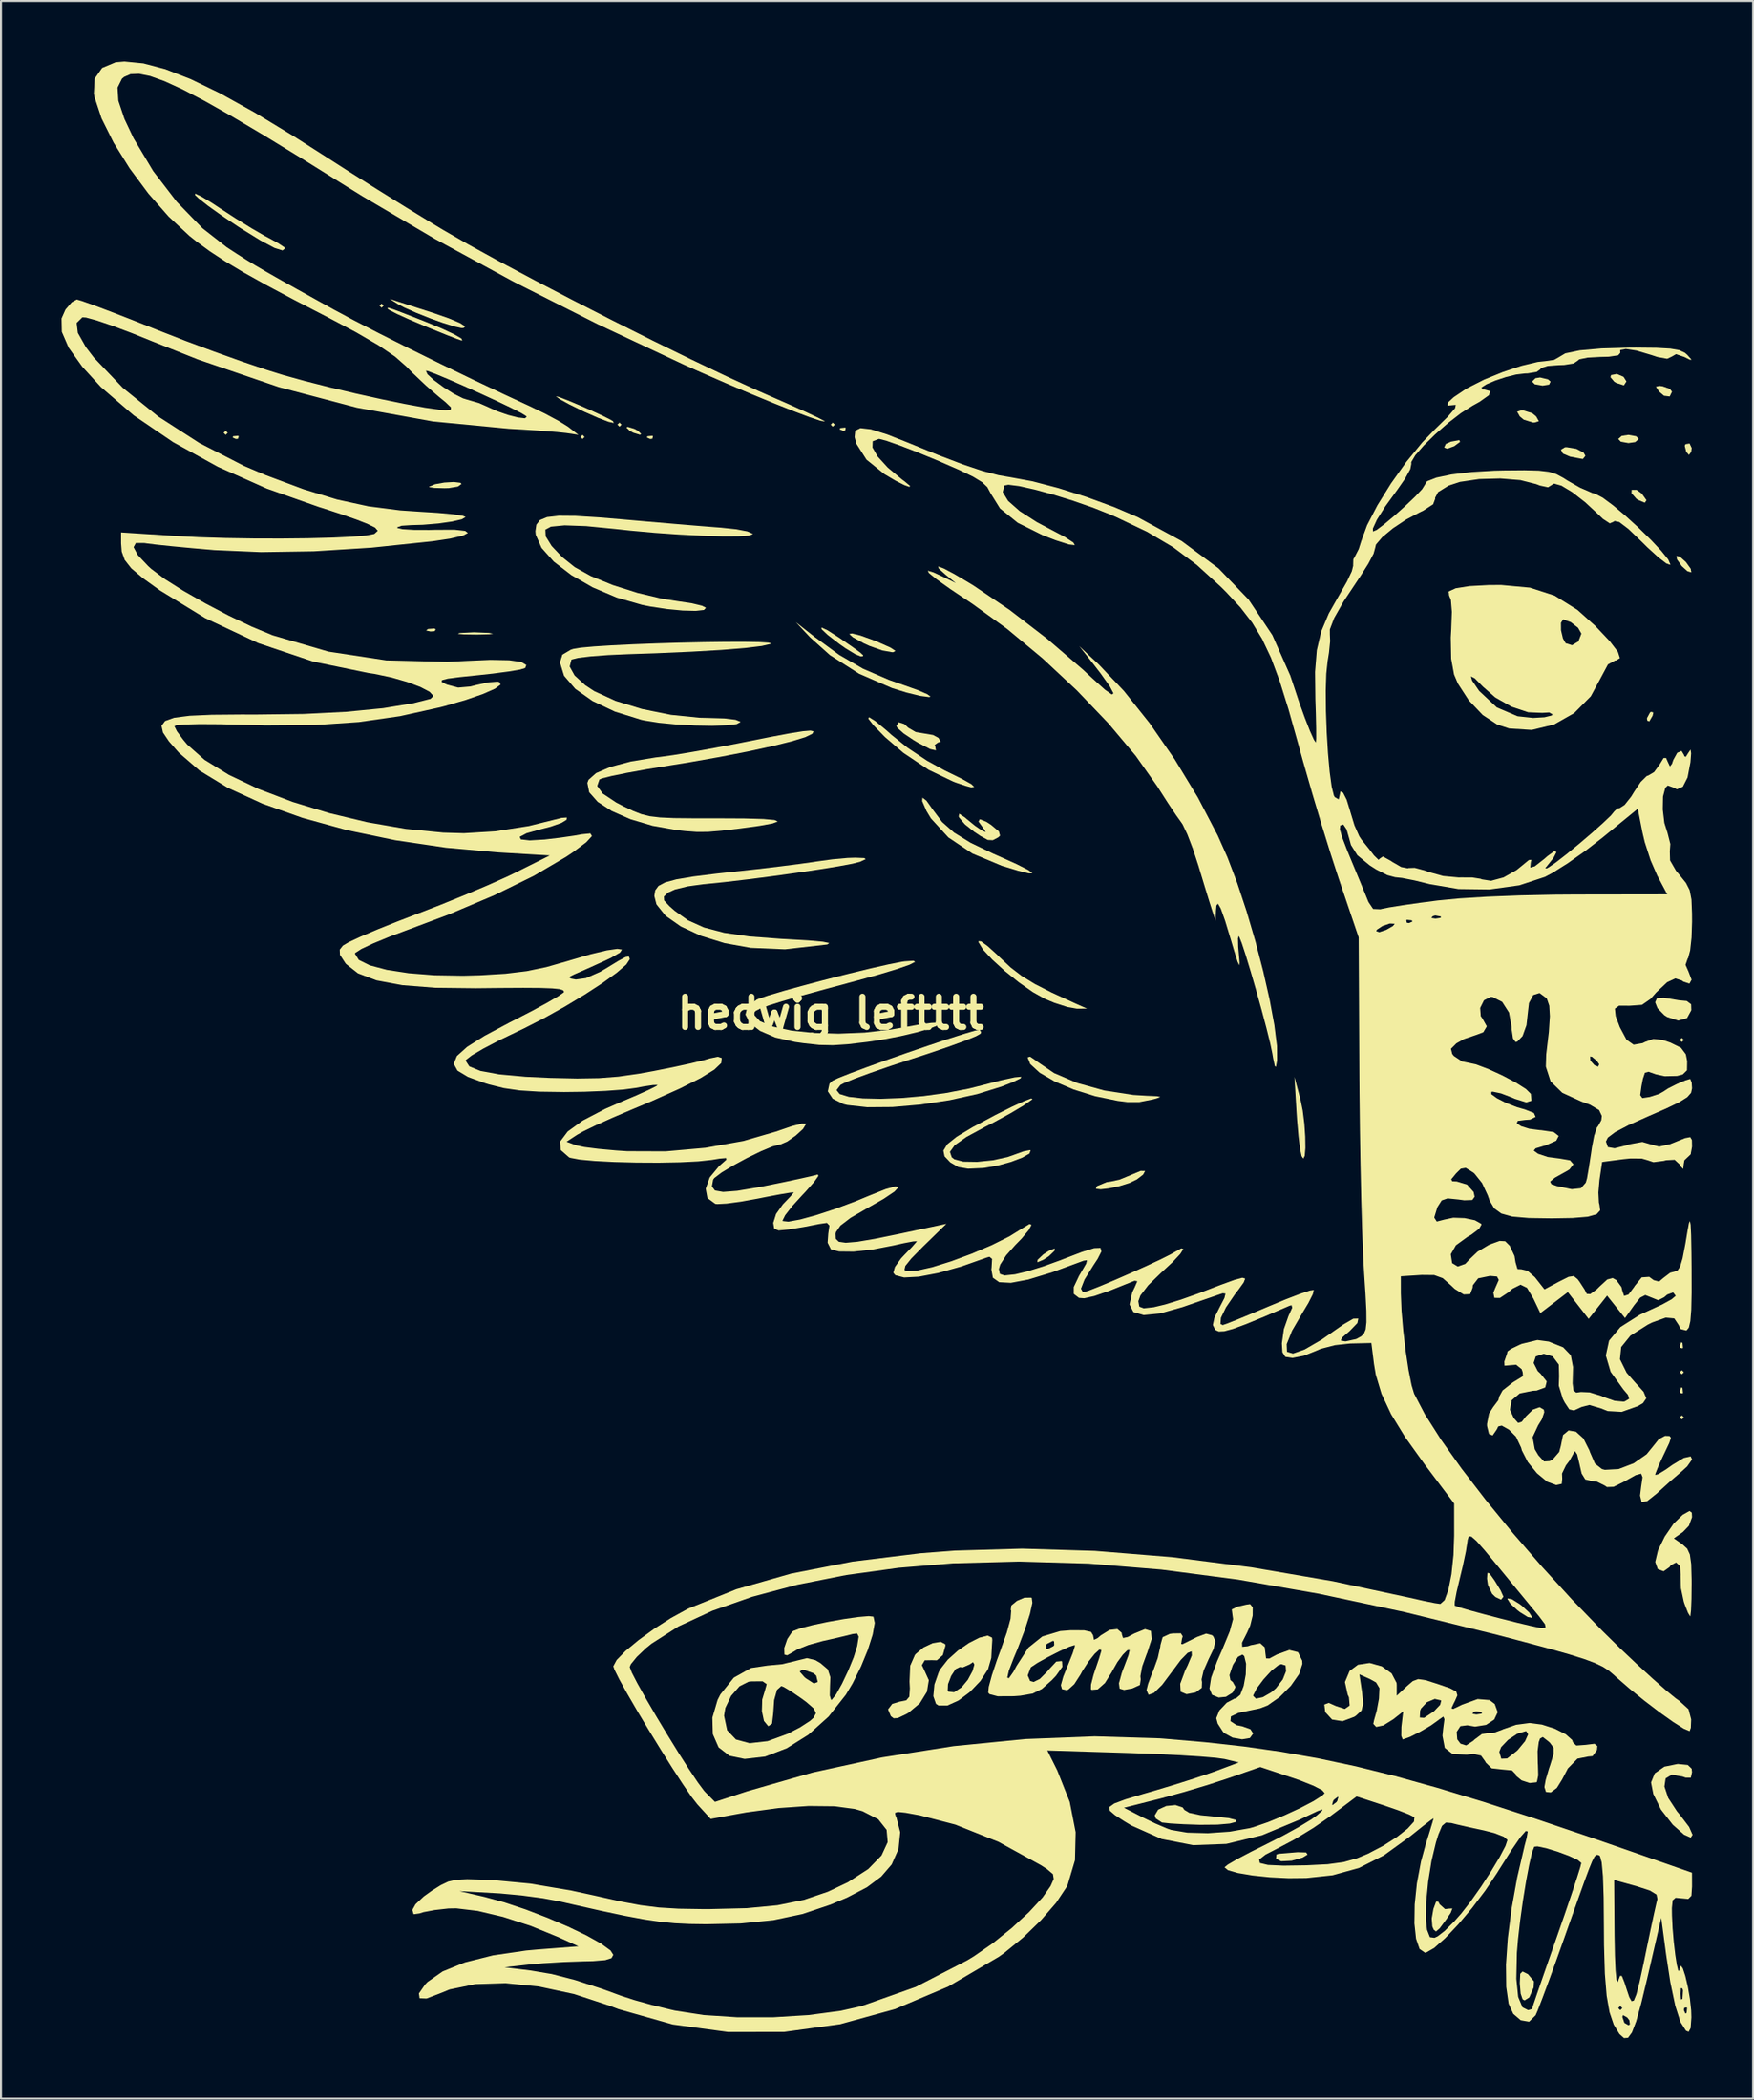
<source format=kicad_pcb>
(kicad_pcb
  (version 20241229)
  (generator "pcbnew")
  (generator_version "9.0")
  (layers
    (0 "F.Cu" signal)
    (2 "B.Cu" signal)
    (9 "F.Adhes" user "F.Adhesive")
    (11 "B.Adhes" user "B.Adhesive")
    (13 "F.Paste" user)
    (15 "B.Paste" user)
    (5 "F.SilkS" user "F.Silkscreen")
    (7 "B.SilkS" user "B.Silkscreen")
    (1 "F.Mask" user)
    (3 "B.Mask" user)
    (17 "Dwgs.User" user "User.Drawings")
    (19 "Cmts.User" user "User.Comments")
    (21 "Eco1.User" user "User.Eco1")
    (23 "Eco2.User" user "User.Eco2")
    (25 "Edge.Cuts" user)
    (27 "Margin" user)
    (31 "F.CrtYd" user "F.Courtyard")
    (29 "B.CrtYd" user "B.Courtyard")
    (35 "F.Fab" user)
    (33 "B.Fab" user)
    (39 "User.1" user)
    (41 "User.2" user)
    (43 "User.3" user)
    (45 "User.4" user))
  (footprint "hedwig leftttt"
    (layer "F.Cu")
    (at 38.103 47.142)
    (property "Reference" "hedwig leftttt" (at 0 0 0) (layer "F.SilkS") (effects (font (size 1.5 1.5) (thickness 0.3))))
    (attr board_only exclude_from_pos_files exclude_from_bom)
    (fp_poly (pts (xy -29.87 -28.753) (xy -29.972 -28.651) (xy -30.074 -28.753) (xy -29.972 -28.854)) (stroke (width 0) (type solid)) (fill yes) (layer "F.SilkS"))
    (fp_poly (pts (xy -22.149 -35.052) (xy -22.25 -34.95) (xy -22.352 -35.052) (xy -22.25 -35.154)) (stroke (width 0) (type solid)) (fill yes) (layer "F.SilkS"))
    (fp_poly (pts (xy -12.192 -28.55) (xy -12.294 -28.448) (xy -12.395 -28.55) (xy -12.294 -28.651)) (stroke (width 0) (type solid)) (fill yes) (layer "F.SilkS"))
    (fp_poly (pts (xy -10.363 -29.159) (xy -10.465 -29.058) (xy -10.566 -29.159) (xy -10.465 -29.261)) (stroke (width 0) (type solid)) (fill yes) (layer "F.SilkS"))
    (fp_poly (pts (xy 0.203 -29.159) (xy 0.102 -29.058) (xy 0 -29.159) (xy 0.102 -29.261)) (stroke (width 0) (type solid)) (fill yes) (layer "F.SilkS"))
    (fp_poly (pts (xy 42.266 1.321) (xy 42.164 1.422) (xy 42.062 1.321) (xy 42.164 1.219)) (stroke (width 0) (type solid)) (fill yes) (layer "F.SilkS"))
    (fp_poly (pts (xy 42.266 17.78) (xy 42.164 17.882) (xy 42.062 17.78) (xy 42.164 17.678)) (stroke (width 0) (type solid)) (fill yes) (layer "F.SilkS"))
    (fp_poly (pts (xy 42.266 20.015) (xy 42.164 20.117) (xy 42.062 20.015) (xy 42.164 19.914)) (stroke (width 0) (type solid)) (fill yes) (layer "F.SilkS"))
    (fp_poly (pts (xy -29.329 -28.583) (xy -29.356 -28.463) (xy -29.464 -28.448) (xy -29.631 -28.522) (xy -29.599 -28.583) (xy -29.358 -28.608)) (stroke (width 0) (type solid)) (fill yes) (layer "F.SilkS"))
    (fp_poly (pts (xy -19.562 -19.02) (xy -19.623 -18.928) (xy -19.829 -18.914) (xy -20.046 -18.963) (xy -19.952 -19.036) (xy -19.634 -19.061)) (stroke (width 0) (type solid)) (fill yes) (layer "F.SilkS"))
    (fp_poly (pts (xy -8.805 -28.583) (xy -8.833 -28.463) (xy -8.941 -28.448) (xy -9.108 -28.522) (xy -9.076 -28.583) (xy -8.835 -28.608)) (stroke (width 0) (type solid)) (fill yes) (layer "F.SilkS"))
    (fp_poly (pts (xy 0.745 -28.99) (xy 0.717 -28.869) (xy 0.61 -28.854) (xy 0.442 -28.929) (xy 0.474 -28.99) (xy 0.715 -29.014)) (stroke (width 0) (type solid)) (fill yes) (layer "F.SilkS"))
    (fp_poly (pts (xy 42.198 16.324) (xy 42.222 16.565) (xy 42.198 16.595) (xy 42.077 16.567) (xy 42.062 16.459) (xy 42.137 16.292)) (stroke (width 0) (type solid)) (fill yes) (layer "F.SilkS"))
    (fp_poly (pts (xy 42.198 18.559) (xy 42.222 18.8) (xy 42.198 18.83) (xy 42.077 18.802) (xy 42.062 18.694) (xy 42.137 18.527)) (stroke (width 0) (type solid)) (fill yes) (layer "F.SilkS"))
    (fp_poly (pts (xy 31.182 -28.307) (xy 30.887 -28.089) (xy 30.543 -27.966) (xy 30.39 -28.023) (xy 30.469 -28.201) (xy 30.727 -28.315) (xy 31.141 -28.391)) (stroke (width 0) (type solid)) (fill yes) (layer "F.SilkS"))
    (fp_poly (pts (xy 40.753 -14.901) (xy 40.718 -14.743) (xy 40.554 -14.457) (xy 40.448 -14.504) (xy 40.437 -14.618) (xy 40.584 -14.894) (xy 40.638 -14.934)) (stroke (width 0) (type solid)) (fill yes) (layer "F.SilkS"))
    (fp_poly (pts (xy 42.654 -27.999) (xy 42.629 -27.81) (xy 42.517 -27.657) (xy 42.384 -27.811) (xy 42.309 -28.11) (xy 42.347 -28.191) (xy 42.548 -28.224)) (stroke (width 0) (type solid)) (fill yes) (layer "F.SilkS"))
    (fp_poly (pts (xy -9.724 -28.95) (xy -9.55 -28.854) (xy -9.388 -28.693) (xy -9.449 -28.657) (xy -9.783 -28.759) (xy -9.957 -28.854) (xy -10.119 -29.015) (xy -10.058 -29.051)) (stroke (width 0) (type solid)) (fill yes) (layer "F.SilkS"))
    (fp_poly (pts (xy 35.531 -31.403) (xy 35.662 -31.293) (xy 35.59 -31.142) (xy 35.267 -31.09) (xy 34.88 -31.158) (xy 34.747 -31.293) (xy 34.917 -31.46) (xy 35.142 -31.496)) (stroke (width 0) (type solid)) (fill yes) (layer "F.SilkS"))
    (fp_poly (pts (xy 39.278 -31.527) (xy 39.421 -31.299) (xy 39.293 -31.104) (xy 38.922 -31.222) (xy 38.817 -31.285) (xy 38.629 -31.508) (xy 38.656 -31.612) (xy 38.946 -31.67)) (stroke (width 0) (type solid)) (fill yes) (layer "F.SilkS"))
    (fp_poly (pts (xy 39.904 -28.582) (xy 40.03 -28.448) (xy 39.857 -28.295) (xy 39.522 -28.245) (xy 39.141 -28.314) (xy 39.014 -28.448) (xy 39.188 -28.601) (xy 39.522 -28.651)) (stroke (width 0) (type solid)) (fill yes) (layer "F.SilkS"))
    (fp_poly (pts (xy 39.923 -25.928) (xy 40.176 -25.748) (xy 40.413 -25.416) (xy 40.331 -25.291) (xy 39.991 -25.434) (xy 39.914 -25.487) (xy 39.672 -25.76) (xy 39.68 -25.93)) (stroke (width 0) (type solid)) (fill yes) (layer "F.SilkS"))
    (fp_poly (pts (xy 41.217 -31.058) (xy 41.576 -30.928) (xy 41.679 -30.79) (xy 41.564 -30.554) (xy 41.281 -30.59) (xy 41.036 -30.798) (xy 40.88 -31.038) (xy 41.048 -31.081)) (stroke (width 0) (type solid)) (fill yes) (layer "F.SilkS"))
    (fp_poly (pts (xy 42.087 -22.604) (xy 42.367 -22.352) (xy 42.605 -22.021) (xy 42.636 -21.842) (xy 42.444 -21.897) (xy 42.164 -22.149) (xy 41.926 -22.48) (xy 41.896 -22.659)) (stroke (width 0) (type solid)) (fill yes) (layer "F.SilkS"))
    (fp_poly (pts (xy 11.089 11.763) (xy 11.088 11.764) (xy 10.808 12.033) (xy 10.531 12.211) (xy 10.24 12.332) (xy 10.247 12.215) (xy 10.248 12.213) (xy 10.528 11.945) (xy 10.805 11.766) (xy 11.096 11.645)) (stroke (width 0) (type solid)) (fill yes) (layer "F.SilkS"))
    (fp_poly (pts (xy 34.756 -29.726) (xy 34.95 -29.566) (xy 35.083 -29.329) (xy 34.868 -29.262) (xy 34.797 -29.261) (xy 34.332 -29.405) (xy 34.138 -29.566) (xy 34.005 -29.803) (xy 34.22 -29.869) (xy 34.291 -29.87)) (stroke (width 0) (type solid)) (fill yes) (layer "F.SilkS"))
    (fp_poly (pts (xy -18.344 -26.278) (xy -18.288 -26.222) (xy -18.469 -26.091) (xy -18.922 -26.016) (xy -19.135 -26.01) (xy -19.634 -26.025) (xy -19.889 -26.065) (xy -19.897 -26.084) (xy -19.602 -26.208) (xy -19.139 -26.29) (xy -18.666 -26.318)) (stroke (width 0) (type solid)) (fill yes) (layer "F.SilkS"))
    (fp_poly (pts (xy -16.948 -18.845) (xy -16.921 -18.843) (xy -16.729 -18.805) (xy -16.903 -18.776) (xy -17.403 -18.762) (xy -17.577 -18.761) (xy -18.17 -18.77) (xy -18.463 -18.795) (xy -18.409 -18.832) (xy -18.343 -18.841) (xy -17.671 -18.875)) (stroke (width 0) (type solid)) (fill yes) (layer "F.SilkS"))
    (fp_poly (pts (xy 34.542 47.595) (xy 34.84 47.95) (xy 34.824 48.257) (xy 34.608 48.748) (xy 34.375 48.895) (xy 34.276 48.839) (xy 34.181 48.558) (xy 34.138 48.062) (xy 34.138 48.021) (xy 34.16 47.577) (xy 34.275 47.463)) (stroke (width 0) (type solid)) (fill yes) (layer "F.SilkS"))
    (fp_poly (pts (xy 36.942 -27.961) (xy 37.301 -27.77) (xy 37.389 -27.613) (xy 37.264 -27.458) (xy 37.236 -27.46) (xy 36.932 -27.517) (xy 36.627 -27.575) (xy 36.274 -27.725) (xy 36.175 -27.917) (xy 36.37 -28.036) (xy 36.458 -28.042)) (stroke (width 0) (type solid)) (fill yes) (layer "F.SilkS"))
    (fp_poly (pts (xy 23.552 41.567) (xy 23.623 41.671) (xy 23.38 41.821) (xy 22.855 41.972) (xy 22.827 41.977) (xy 22.317 42.004) (xy 22.06 41.88) (xy 22.084 41.667) (xy 22.188 41.634) (xy 22.567 41.602) (xy 23.114 41.556) (xy 23.132 41.555)) (stroke (width 0) (type solid)) (fill yes) (layer "F.SilkS"))
    (fp_poly (pts (xy 32.63 27.737) (xy 32.871 28.071) (xy 32.918 28.143) (xy 33.187 28.587) (xy 33.32 28.882) (xy 33.323 28.905) (xy 33.209 29.047) (xy 32.933 28.915) (xy 32.766 28.754) (xy 32.56 28.322) (xy 32.513 27.999) (xy 32.532 27.721)) (stroke (width 0) (type solid)) (fill yes) (layer "F.SilkS"))
    (fp_poly (pts (xy 33.747 29.025) (xy 34.135 29.267) (xy 34.247 29.353) (xy 34.606 29.686) (xy 34.749 29.915) (xy 34.739 29.945) (xy 34.528 29.903) (xy 34.141 29.661) (xy 34.028 29.575) (xy 33.669 29.242) (xy 33.526 29.013) (xy 33.536 28.983)) (stroke (width 0) (type solid)) (fill yes) (layer "F.SilkS"))
    (fp_poly (pts (xy 1.479 -18.711) (xy 2.158 -18.466) (xy 2.337 -18.393) (xy 2.959 -18.117) (xy 3.207 -17.952) (xy 3.095 -17.888) (xy 3.048 -17.887) (xy 2.563 -17.973) (xy 1.925 -18.198) (xy 1.641 -18.327) (xy 1.103 -18.622) (xy 0.918 -18.786) (xy 1.055 -18.817)) (stroke (width 0) (type solid)) (fill yes) (layer "F.SilkS"))
    (fp_poly (pts (xy 23.272 4.267) (xy 23.385 4.824) (xy 23.465 5.466) (xy 23.509 6.109) (xy 23.517 6.669) (xy 23.485 7.06) (xy 23.413 7.197) (xy 23.329 7.075) (xy 23.253 6.725) (xy 23.174 6.084) (xy 23.103 5.271) (xy 23.081 4.942) (xy 22.974 3.15)) (stroke (width 0) (type solid)) (fill yes) (layer "F.SilkS"))
    (fp_poly (pts (xy 41.478 -0.737) (xy 42.021 -0.646) (xy 42.407 -0.61) (xy 42.625 -0.446) (xy 42.635 -0.152) (xy 42.42 0.242) (xy 41.988 0.361) (xy 41.441 0.186) (xy 41.3 0.096) (xy 40.96 -0.251) (xy 40.843 -0.545) (xy 40.934 -0.754) (xy 41.269 -0.773)) (stroke (width 0) (type solid)) (fill yes) (layer "F.SilkS"))
    (fp_poly (pts (xy -0.164 -18.977) (xy 0.431 -18.596) (xy 0.433 -18.595) (xy 1.091 -18.14) (xy 1.466 -17.868) (xy 1.613 -17.731) (xy 1.585 -17.684) (xy 1.487 -17.678) (xy 1.214 -17.79) (xy 0.748 -18.073) (xy 0.457 -18.275) (xy -0.144 -18.737) (xy -0.45 -19.024) (xy -0.457 -19.112)) (stroke (width 0) (type solid)) (fill yes) (layer "F.SilkS"))
    (fp_poly (pts (xy 30.103 44.005) (xy 30.167 44.132) (xy 30.435 44.373) (xy 30.639 44.349) (xy 30.799 44.342) (xy 30.712 44.565) (xy 30.507 44.87) (xy 30.171 45.324) (xy 29.986 45.484) (xy 29.871 45.39) (xy 29.804 45.229) (xy 29.776 44.833) (xy 29.858 44.366) (xy 29.991 44.004)) (stroke (width 0) (type solid)) (fill yes) (layer "F.SilkS"))
    (fp_poly (pts (xy -21.438 -35.255) (xy -21.039 -35.126) (xy -20.398 -34.92) (xy -19.71 -34.699) (xy -18.91 -34.421) (xy -18.362 -34.189) (xy -18.108 -34.024) (xy -18.187 -33.947) (xy -18.298 -33.945) (xy -18.634 -34.019) (xy -19.214 -34.199) (xy -19.812 -34.412) (xy -20.523 -34.694) (xy -21.128 -34.963) (xy -21.438 -35.127) (xy -21.844 -35.387)) (stroke (width 0) (type solid)) (fill yes) (layer "F.SilkS"))
    (fp_poly (pts (xy -13.448 -30.524) (xy -13.023 -30.359) (xy -12.445 -30.117) (xy -11.824 -29.843) (xy -11.266 -29.584) (xy -10.881 -29.389) (xy -10.787 -29.329) (xy -10.744 -29.238) (xy -11.006 -29.298) (xy -11.507 -29.489) (xy -12.186 -29.788) (xy -12.344 -29.862) (xy -12.976 -30.174) (xy -13.43 -30.424) (xy -13.614 -30.56) (xy -13.614 -30.562)) (stroke (width 0) (type solid)) (fill yes) (layer "F.SilkS"))
    (fp_poly (pts (xy -0.813 -18.655) (xy 0.426 -17.75) (xy 1.6 -17.069) (xy 2.889 -16.513) (xy 3.62 -16.257) (xy 4.323 -16.006) (xy 4.784 -15.807) (xy 4.948 -15.686) (xy 4.877 -15.663) (xy 4.426 -15.724) (xy 3.747 -15.891) (xy 3.043 -16.109) (xy 1.413 -16.816) (xy -0.039 -17.743) (xy -1.016 -18.617) (xy -1.727 -19.375)) (stroke (width 0) (type solid)) (fill yes) (layer "F.SilkS"))
    (fp_poly (pts (xy 15.575 7.81) (xy 15.48 7.989) (xy 15.164 8.232) (xy 14.788 8.411) (xy 14.298 8.563) (xy 13.794 8.671) (xy 13.374 8.72) (xy 13.138 8.691) (xy 13.185 8.571) (xy 13.208 8.554) (xy 13.674 8.361) (xy 13.878 8.334) (xy 14.309 8.241) (xy 14.844 8.021) (xy 14.863 8.011) (xy 15.355 7.807)) (stroke (width 0) (type solid)) (fill yes) (layer "F.SilkS"))
    (fp_poly (pts (xy 3.649 -14.327) (xy 3.84 -14.148) (xy 4.21 -13.932) (xy 4.591 -13.868) (xy 5.077 -13.784) (xy 5.339 -13.64) (xy 5.456 -13.448) (xy 5.312 -13.411) (xy 5.153 -13.294) (xy 5.182 -13.208) (xy 5.213 -13.024) (xy 4.927 -13.088) (xy 4.329 -13.4) (xy 4.115 -13.526) (xy 3.616 -13.861) (xy 3.304 -14.138) (xy 3.251 -14.236) (xy 3.372 -14.417)) (stroke (width 0) (type solid)) (fill yes) (layer "F.SilkS"))
    (fp_poly (pts (xy -21.667 -34.872) (xy -21.202 -34.697) (xy -20.447 -34.402) (xy -20.015 -34.232) (xy -19.241 -33.91) (xy -18.648 -33.632) (xy -18.297 -33.428) (xy -18.247 -33.332) (xy -18.298 -33.329) (xy -18.514 -33.403) (xy -19.016 -33.598) (xy -19.714 -33.879) (xy -20.095 -34.035) (xy -20.863 -34.36) (xy -21.481 -34.639) (xy -21.857 -34.83) (xy -21.923 -34.876) (xy -21.967 -34.941) (xy -21.902 -34.946)) (stroke (width 0) (type solid)) (fill yes) (layer "F.SilkS"))
    (fp_poly (pts (xy 2.199 -14.481) (xy 2.755 -14.023) (xy 2.997 -13.805) (xy 3.807 -13.156) (xy 4.777 -12.509) (xy 5.639 -12.035) (xy 6.481 -11.622) (xy 6.967 -11.351) (xy 7.113 -11.212) (xy 6.96 -11.19) (xy 6.685 -11.264) (xy 6.198 -11.429) (xy 6.074 -11.475) (xy 4.853 -12.061) (xy 3.603 -12.9) (xy 2.692 -13.68) (xy 2.124 -14.26) (xy 1.865 -14.593) (xy 1.896 -14.669)) (stroke (width 0) (type solid)) (fill yes) (layer "F.SilkS"))
    (fp_poly (pts (xy 4.744 -10.532) (xy 5.071 -10.073) (xy 5.521 -9.474) (xy 6.112 -8.952) (xy 6.923 -8.451) (xy 8.035 -7.915) (xy 8.267 -7.813) (xy 9.213 -7.388) (xy 9.789 -7.096) (xy 9.995 -6.941) (xy 9.828 -6.928) (xy 9.288 -7.06) (xy 8.48 -7.305) (xy 7.017 -7.916) (xy 5.828 -8.712) (xy 4.964 -9.656) (xy 4.742 -10.026) (xy 4.533 -10.511) (xy 4.548 -10.682)) (stroke (width 0) (type solid)) (fill yes) (layer "F.SilkS"))
    (fp_poly (pts (xy -31.183 -40.461) (xy -30.664 -40.148) (xy -30.277 -39.893) (xy -29.469 -39.367) (xy -28.671 -38.874) (xy -28.025 -38.501) (xy -27.889 -38.43) (xy -27.384 -38.154) (xy -27.073 -37.949) (xy -27.026 -37.893) (xy -27.155 -37.787) (xy -27.554 -37.912) (xy -28.237 -38.275) (xy -29.221 -38.882) (xy -29.368 -38.977) (xy -30.155 -39.504) (xy -30.834 -39.989) (xy -31.319 -40.369) (xy -31.496 -40.538) (xy -31.479 -40.601)) (stroke (width 0) (type solid)) (fill yes) (layer "F.SilkS"))
    (fp_poly (pts (xy 17.436 39.336) (xy 17.522 39.46) (xy 17.761 39.604) (xy 18.321 39.723) (xy 18.984 39.789) (xy 19.718 39.864) (xy 20.075 39.957) (xy 20.083 40.053) (xy 19.769 40.136) (xy 19.161 40.189) (xy 18.288 40.197) (xy 17.496 40.17) (xy 16.832 40.131) (xy 16.429 40.087) (xy 16.408 40.083) (xy 16.106 39.886) (xy 16.053 39.732) (xy 16.222 39.447) (xy 16.619 39.265) (xy 17.079 39.218)) (stroke (width 0) (type solid)) (fill yes) (layer "F.SilkS"))
    (fp_poly (pts (xy 10.18 2.352) (xy 10.211 2.379) (xy 11.064 2.959) (xy 12.215 3.452) (xy 13.558 3.824) (xy 14.988 4.044) (xy 15.646 4.085) (xy 16.175 4.107) (xy 16.33 4.145) (xy 16.144 4.216) (xy 15.951 4.267) (xy 15.296 4.396) (xy 14.692 4.397) (xy 14.224 4.338) (xy 13.101 4.107) (xy 12.034 3.774) (xy 11.095 3.375) (xy 10.356 2.945) (xy 9.887 2.516) (xy 9.754 2.185) (xy 9.878 2.146)) (stroke (width 0) (type solid)) (fill yes) (layer "F.SilkS"))
    (fp_poly (pts (xy 6.638 -9.709) (xy 6.729 -9.631) (xy 7.147 -9.291) (xy 7.486 -9.058) (xy 7.672 -8.976) (xy 7.629 -9.087) (xy 7.569 -9.155) (xy 7.323 -9.497) (xy 7.385 -9.614) (xy 7.71 -9.486) (xy 7.944 -9.334) (xy 8.331 -9.01) (xy 8.391 -8.801) (xy 8.299 -8.714) (xy 8.03 -8.574) (xy 7.781 -8.587) (xy 7.414 -8.787) (xy 7.107 -8.992) (xy 6.65 -9.358) (xy 6.365 -9.692) (xy 6.338 -9.754) (xy 6.367 -9.885)) (stroke (width 0) (type solid)) (fill yes) (layer "F.SilkS"))
    (fp_poly (pts (xy 7.444 -3.568) (xy 7.784 -3.32) (xy 8.269 -2.88) (xy 8.382 -2.768) (xy 8.912 -2.272) (xy 9.458 -1.852) (xy 10.109 -1.454) (xy 10.954 -1.023) (xy 12.081 -0.506) (xy 12.192 -0.456) (xy 12.7 -0.231) (xy 12.192 -0.229) (xy 11.726 -0.311) (xy 11.071 -0.523) (xy 10.617 -0.711) (xy 10.012 -1.051) (xy 9.321 -1.535) (xy 8.625 -2.095) (xy 8.006 -2.659) (xy 7.545 -3.156) (xy 7.324 -3.517) (xy 7.315 -3.572)) (stroke (width 0) (type solid)) (fill yes) (layer "F.SilkS"))
    (fp_poly (pts (xy 42.46 37.234) (xy 42.652 37.419) (xy 42.672 37.587) (xy 42.611 37.862) (xy 42.352 37.862) (xy 42.198 37.808) (xy 41.662 37.717) (xy 41.362 37.901) (xy 41.304 38.303) (xy 41.49 38.866) (xy 41.926 39.532) (xy 42.065 39.698) (xy 42.526 40.304) (xy 42.697 40.695) (xy 42.604 40.835) (xy 42.274 40.686) (xy 41.736 40.211) (xy 41.708 40.183) (xy 41.13 39.442) (xy 40.751 38.67) (xy 40.64 38.101) (xy 40.823 37.65) (xy 41.298 37.319) (xy 41.952 37.186) (xy 41.975 37.186)) (stroke (width 0) (type solid)) (fill yes) (layer "F.SilkS"))
    (fp_poly (pts (xy 5.673 31.248) (xy 5.686 31.322) (xy 5.558 31.79) (xy 5.258 32.049) (xy 5.005 32.042) (xy 4.658 32.049) (xy 4.518 32.289) (xy 4.651 32.57) (xy 4.861 33.035) (xy 4.768 33.606) (xy 4.413 34.181) (xy 3.843 34.657) (xy 3.722 34.723) (xy 3.323 34.911) (xy 3.118 34.923) (xy 2.98 34.815) (xy 2.84 34.481) (xy 3.048 34.208) (xy 3.404 34.1) (xy 3.743 34.031) (xy 3.896 33.849) (xy 3.922 33.438) (xy 3.905 33.102) (xy 3.938 32.319) (xy 4.171 31.786) (xy 4.209 31.739) (xy 4.597 31.413) (xy 5.052 31.199) (xy 5.452 31.133)) (stroke (width 0) (type solid)) (fill yes) (layer "F.SilkS"))
    (fp_poly (pts (xy 42.66 24.735) (xy 42.672 24.957) (xy 42.516 25.384) (xy 42.22 25.693) (xy 41.769 26.01) (xy 42.208 26.317) (xy 42.431 26.52) (xy 42.563 26.808) (xy 42.629 27.281) (xy 42.65 28.039) (xy 42.651 28.248) (xy 42.643 29.002) (xy 42.621 29.57) (xy 42.588 29.854) (xy 42.577 29.87) (xy 42.471 29.699) (xy 42.304 29.273) (xy 42.261 29.144) (xy 42.12 28.482) (xy 42.103 27.86) (xy 42.108 27.823) (xy 42.076 27.385) (xy 41.881 27.203) (xy 41.617 27.343) (xy 41.554 27.432) (xy 41.263 27.639) (xy 40.973 27.532) (xy 40.847 27.178) (xy 40.982 26.609) (xy 41.317 25.922) (xy 41.759 25.278) (xy 42.212 24.839) (xy 42.215 24.838) (xy 42.545 24.651)) (stroke (width 0) (type solid)) (fill yes) (layer "F.SilkS"))
    (fp_poly (pts (xy 7.991 30.924) (xy 8.006 31.039) (xy 7.982 31.414) (xy 7.955 31.929) (xy 7.794 32.491) (xy 7.415 33.075) (xy 6.899 33.615) (xy 6.328 34.042) (xy 5.782 34.289) (xy 5.343 34.29) (xy 5.215 34.205) (xy 5.084 33.826) (xy 5.11 33.549) (xy 5.797 33.549) (xy 5.828 33.598) (xy 6.11 33.632) (xy 6.49 33.38) (xy 6.795 33.01) (xy 7.027 32.578) (xy 7.116 32.258) (xy 7.052 32.14) (xy 6.884 32.252) (xy 6.54 32.402) (xy 6.4 32.382) (xy 6.19 32.485) (xy 5.968 32.821) (xy 5.812 33.23) (xy 5.797 33.549) (xy 5.11 33.549) (xy 5.137 33.249) (xy 5.354 32.63) (xy 5.431 32.488) (xy 5.8 32.017) (xy 6.298 31.57) (xy 6.847 31.192) (xy 7.365 30.928) (xy 7.774 30.824)) (stroke (width 0) (type solid)) (fill yes) (layer "F.SilkS"))
    (fp_poly (pts (xy 9.997 4.246) (xy 9.957 4.284) (xy 9.553 4.567) (xy 8.894 4.959) (xy 8.092 5.397) (xy 7.671 5.613) (xy 6.724 6.126) (xy 6.143 6.535) (xy 5.907 6.863) (xy 5.997 7.132) (xy 6.131 7.235) (xy 6.571 7.348) (xy 7.254 7.359) (xy 8.034 7.28) (xy 8.762 7.121) (xy 9.051 7.02) (xy 9.549 6.84) (xy 9.865 6.778) (xy 9.905 6.79) (xy 9.847 6.948) (xy 9.489 7.151) (xy 8.933 7.361) (xy 8.277 7.542) (xy 7.622 7.657) (xy 7.536 7.666) (xy 6.805 7.699) (xy 6.322 7.617) (xy 5.937 7.392) (xy 5.914 7.374) (xy 5.641 7.086) (xy 5.584 6.802) (xy 5.775 6.488) (xy 6.244 6.113) (xy 7.024 5.643) (xy 8.145 5.045) (xy 8.155 5.04) (xy 8.964 4.635) (xy 9.573 4.354) (xy 9.933 4.217)) (stroke (width 0) (type solid)) (fill yes) (layer "F.SilkS"))
    (fp_poly (pts (xy 17.439 30.86) (xy 17.401 30.989) (xy 17.361 31.235) (xy 17.424 31.252) (xy 17.701 31.116) (xy 18.141 30.896) (xy 18.6 30.726) (xy 18.891 30.805) (xy 18.95 30.858) (xy 19.059 31.098) (xy 18.968 31.483) (xy 18.721 31.996) (xy 18.474 32.559) (xy 18.373 32.995) (xy 18.395 33.13) (xy 18.384 33.412) (xy 18.079 33.64) (xy 17.628 33.728) (xy 17.336 33.604) (xy 17.314 33.214) (xy 17.563 32.543) (xy 17.679 32.307) (xy 17.889 31.806) (xy 17.877 31.603) (xy 17.681 31.683) (xy 17.341 32.031) (xy 16.934 32.578) (xy 16.423 33.26) (xy 16.017 33.662) (xy 15.747 33.76) (xy 15.646 33.531) (xy 15.646 33.521) (xy 15.723 33.214) (xy 15.913 32.71) (xy 15.979 32.556) (xy 16.203 31.933) (xy 16.328 31.371) (xy 16.335 31.293) (xy 16.443 30.905) (xy 16.799 30.739) (xy 16.944 30.718) (xy 17.347 30.712)) (stroke (width 0) (type solid)) (fill yes) (layer "F.SilkS"))
    (fp_poly (pts (xy 7.452 0.94) (xy 7.418 1.013) (xy 7.192 1.14) (xy 6.644 1.361) (xy 5.843 1.653) (xy 4.855 1.99) (xy 4.078 2.243) (xy 2.974 2.606) (xy 1.986 2.947) (xy 1.187 3.241) (xy 0.654 3.46) (xy 0.482 3.551) (xy 0.289 3.805) (xy 0.445 4) (xy 0.898 4.137) (xy 1.593 4.216) (xy 2.477 4.236) (xy 3.497 4.197) (xy 4.601 4.1) (xy 5.734 3.944) (xy 6.844 3.729) (xy 7.497 3.565) (xy 8.468 3.312) (xy 9.12 3.172) (xy 9.438 3.142) (xy 9.406 3.224) (xy 9.009 3.415) (xy 8.474 3.625) (xy 7.261 4.002) (xy 5.883 4.305) (xy 4.446 4.522) (xy 3.054 4.642) (xy 1.811 4.652) (xy 0.821 4.543) (xy 0.629 4.496) (xy 0.101 4.232) (xy -0.143 3.865) (xy -0.062 3.487) (xy 0.08 3.348) (xy 0.365 3.212) (xy 0.956 2.977) (xy 1.776 2.672) (xy 2.747 2.322) (xy 3.791 1.956) (xy 4.831 1.6) (xy 5.789 1.28) (xy 6.587 1.025) (xy 7.147 0.861) (xy 7.378 0.813)) (stroke (width 0) (type solid)) (fill yes) (layer "F.SilkS"))
    (fp_poly (pts (xy -12.629 -24.638) (xy -11.463 -24.565) (xy -10.328 -24.469) (xy -9.061 -24.357) (xy -7.795 -24.248) (xy -6.649 -24.152) (xy -5.738 -24.079) (xy -5.436 -24.056) (xy -4.684 -23.977) (xy -4.131 -23.871) (xy -3.87 -23.756) (xy -3.861 -23.733) (xy -4.052 -23.661) (xy -4.58 -23.627) (xy -5.378 -23.626) (xy -6.378 -23.656) (xy -7.512 -23.714) (xy -8.714 -23.799) (xy -9.916 -23.908) (xy -10.663 -23.989) (xy -12.116 -24.132) (xy -13.182 -24.17) (xy -13.86 -24.105) (xy -14.135 -23.957) (xy -14.119 -23.625) (xy -13.824 -23.148) (xy -13.309 -22.604) (xy -12.681 -22.101) (xy -11.876 -21.654) (xy -10.799 -21.214) (xy -9.58 -20.827) (xy -8.353 -20.535) (xy -7.547 -20.409) (xy -6.872 -20.308) (xy -6.374 -20.188) (xy -6.181 -20.09) (xy -6.277 -19.979) (xy -6.688 -19.934) (xy -7.329 -19.95) (xy -8.114 -20.025) (xy -8.957 -20.154) (xy -9.347 -20.232) (xy -10.606 -20.594) (xy -11.795 -21.1) (xy -12.853 -21.708) (xy -13.717 -22.373) (xy -14.325 -23.054) (xy -14.615 -23.708) (xy -14.63 -23.882) (xy -14.582 -24.204) (xy -14.405 -24.434) (xy -14.053 -24.579) (xy -13.476 -24.645)) (stroke (width 0) (type solid)) (fill yes) (layer "F.SilkS"))
    (fp_poly (pts (xy 4.18 -2.546) (xy 3.904 -2.406) (xy 3.296 -2.194) (xy 2.38 -1.917) (xy 1.321 -1.624) (xy -0.259 -1.198) (xy -1.487 -0.861) (xy -2.405 -0.598) (xy -3.054 -0.395) (xy -3.477 -0.24) (xy -3.715 -0.118) (xy -3.808 -0.015) (xy -3.809 0.061) (xy -3.501 0.392) (xy -2.859 0.659) (xy -1.952 0.855) (xy -0.846 0.973) (xy 0.391 1.009) (xy 1.689 0.956) (xy 2.981 0.807) (xy 3.538 0.709) (xy 4.337 0.565) (xy 4.975 0.476) (xy 5.356 0.456) (xy 5.417 0.472) (xy 5.321 0.593) (xy 4.906 0.758) (xy 4.252 0.946) (xy 3.441 1.136) (xy 2.553 1.306) (xy 1.829 1.416) (xy 0.848 1.532) (xy 0.104 1.581) (xy -0.569 1.565) (xy -1.333 1.482) (xy -1.77 1.42) (xy -2.745 1.198) (xy -3.502 0.871) (xy -4.007 0.48) (xy -4.225 0.065) (xy -4.123 -0.334) (xy -3.666 -0.677) (xy -3.589 -0.711) (xy -3.101 -0.879) (xy -2.312 -1.113) (xy -1.313 -1.389) (xy -0.2 -1.683) (xy 0.935 -1.971) (xy 1.998 -2.228) (xy 2.895 -2.431) (xy 3.532 -2.555) (xy 3.658 -2.573) (xy 4.105 -2.604)) (stroke (width 0) (type solid)) (fill yes) (layer "F.SilkS"))
    (fp_poly (pts (xy -3.544 -18.389) (xy -3.078 -18.36) (xy -2.941 -18.314) (xy -2.965 -18.3) (xy -3.413 -18.196) (xy -4.237 -18.095) (xy -5.406 -18) (xy -6.89 -17.913) (xy -8.656 -17.835) (xy -10.033 -17.789) (xy -11.033 -17.744) (xy -11.888 -17.679) (xy -12.516 -17.603) (xy -12.832 -17.523) (xy -12.846 -17.512) (xy -12.932 -17.176) (xy -12.688 -16.735) (xy -12.158 -16.25) (xy -11.714 -15.958) (xy -10.663 -15.476) (xy -9.35 -15.073) (xy -7.914 -14.784) (xy -6.496 -14.64) (xy -6.063 -14.63) (xy -5.27 -14.606) (xy -4.714 -14.54) (xy -4.474 -14.443) (xy -4.47 -14.427) (xy -4.657 -14.324) (xy -5.159 -14.263) (xy -5.885 -14.241) (xy -6.745 -14.256) (xy -7.65 -14.306) (xy -8.511 -14.39) (xy -9.236 -14.505) (xy -9.393 -14.54) (xy -10.696 -14.946) (xy -11.8 -15.469) (xy -12.655 -16.072) (xy -13.21 -16.719) (xy -13.411 -17.372) (xy -13.411 -17.385) (xy -13.293 -17.763) (xy -12.878 -18.01) (xy -12.751 -18.051) (xy -12.383 -18.113) (xy -11.728 -18.172) (xy -10.848 -18.228) (xy -9.803 -18.279) (xy -8.656 -18.323) (xy -7.468 -18.359) (xy -6.301 -18.385) (xy -5.217 -18.4) (xy -4.278 -18.402)) (stroke (width 0) (type solid)) (fill yes) (layer "F.SilkS"))
    (fp_poly (pts (xy 1.662 -7.69) (xy 1.735 -7.636) (xy 1.476 -7.514) (xy 1.452 -7.504) (xy 1.08 -7.41) (xy 0.382 -7.28) (xy -0.562 -7.127) (xy -1.674 -6.961) (xy -2.875 -6.794) (xy -4.086 -6.638) (xy -5.229 -6.503) (xy -6.225 -6.4) (xy -6.33 -6.391) (xy -7.086 -6.286) (xy -7.717 -6.132) (xy -8.058 -5.978) (xy -8.264 -5.781) (xy -8.253 -5.591) (xy -7.986 -5.304) (xy -7.722 -5.071) (xy -7.065 -4.604) (xy -6.273 -4.249) (xy -5.28 -3.989) (xy -4.021 -3.807) (xy -2.431 -3.687) (xy -2.235 -3.677) (xy -1.109 -3.611) (xy -0.388 -3.546) (xy -0.072 -3.48) (xy -0.159 -3.414) (xy -0.203 -3.405) (xy -2.266 -3.169) (xy -3.962 -3.242) (xy -5.258 -3.476) (xy -6.433 -3.84) (xy -7.428 -4.303) (xy -8.181 -4.832) (xy -8.633 -5.396) (xy -8.738 -5.811) (xy -8.694 -6.089) (xy -8.531 -6.31) (xy -8.195 -6.487) (xy -7.637 -6.638) (xy -6.805 -6.777) (xy -5.649 -6.921) (xy -4.81 -7.012) (xy -3.646 -7.14) (xy -2.511 -7.275) (xy -1.523 -7.401) (xy -0.801 -7.503) (xy -0.711 -7.518) (xy 0.087 -7.628) (xy 0.841 -7.696) (xy 1.219 -7.708)) (stroke (width 0) (type solid)) (fill yes) (layer "F.SilkS"))
    (fp_poly (pts (xy -0.856 -13.97) (xy -0.888 -13.876) (xy -0.925 -13.839) (xy -1.26 -13.677) (xy -1.942 -13.469) (xy -2.913 -13.228) (xy -4.117 -12.967) (xy -5.498 -12.698) (xy -6.999 -12.433) (xy -8.004 -12.27) (xy -9.117 -12.088) (xy -10.09 -11.912) (xy -10.852 -11.757) (xy -11.331 -11.637) (xy -11.457 -11.583) (xy -11.567 -11.261) (xy -11.292 -10.883) (xy -10.626 -10.441) (xy -10.226 -10.233) (xy -9.777 -10.02) (xy -9.385 -9.866) (xy -8.971 -9.763) (xy -8.458 -9.701) (xy -7.767 -9.669) (xy -6.82 -9.659) (xy -5.64 -9.659) (xy -4.28 -9.652) (xy -3.324 -9.624) (xy -2.773 -9.573) (xy -2.624 -9.5) (xy -2.877 -9.404) (xy -3.531 -9.285) (xy -4.478 -9.155) (xy -5.406 -9.045) (xy -6.075 -8.989) (xy -6.625 -8.985) (xy -7.2 -9.027) (xy -7.62 -9.074) (xy -8.83 -9.289) (xy -9.922 -9.614) (xy -10.845 -10.019) (xy -11.543 -10.474) (xy -11.964 -10.948) (xy -12.055 -11.411) (xy -11.998 -11.565) (xy -11.624 -11.898) (xy -10.903 -12.207) (xy -9.897 -12.473) (xy -8.665 -12.676) (xy -8.433 -12.703) (xy -7.779 -12.795) (xy -6.842 -12.95) (xy -5.734 -13.15) (xy -4.569 -13.373) (xy -4.286 -13.43) (xy -2.978 -13.69) (xy -2.024 -13.869) (xy -1.381 -13.972) (xy -1.006 -14.004)) (stroke (width 0) (type solid)) (fill yes) (layer "F.SilkS"))
    (fp_poly (pts (xy 34.641 -21.084) (xy 35.861 -20.689) (xy 36.991 -19.984) (xy 37.874 -19.193) (xy 38.593 -18.434) (xy 38.998 -17.906) (xy 39.098 -17.592) (xy 38.901 -17.476) (xy 38.859 -17.475) (xy 38.504 -17.278) (xy 38.229 -16.764) (xy 37.656 -15.702) (xy 36.831 -14.869) (xy 35.829 -14.302) (xy 34.73 -14.036) (xy 33.609 -14.109) (xy 33.016 -14.304) (xy 32.301 -14.777) (xy 31.61 -15.502) (xy 31.068 -16.338) (xy 30.921 -16.687) (xy 31.716 -16.687) (xy 31.775 -16.481) (xy 32.101 -16.003) (xy 32.138 -15.956) (xy 33.002 -15.15) (xy 34.031 -14.714) (xy 34.798 -14.631) (xy 35.361 -14.664) (xy 35.709 -14.748) (xy 35.763 -14.805) (xy 35.594 -14.903) (xy 35.248 -14.882) (xy 34.55 -14.912) (xy 33.729 -15.187) (xy 32.926 -15.642) (xy 32.318 -16.175) (xy 31.905 -16.593) (xy 31.716 -16.687) (xy 30.921 -16.687) (xy 30.881 -16.78) (xy 30.738 -17.563) (xy 30.718 -18.609) (xy 30.741 -19.009) (xy 30.753 -19.344) (xy 36.177 -19.344) (xy 36.18 -18.971) (xy 36.276 -18.566) (xy 36.409 -18.333) (xy 36.729 -18.233) (xy 37.039 -18.419) (xy 37.185 -18.795) (xy 37.186 -18.814) (xy 37.025 -19.096) (xy 36.667 -19.375) (xy 36.297 -19.507) (xy 36.285 -19.507) (xy 36.177 -19.344) (xy 30.753 -19.344) (xy 30.773 -19.883) (xy 30.725 -20.474) (xy 30.636 -20.692) (xy 30.613 -20.893) (xy 30.959 -21.052) (xy 31.636 -21.161) (xy 32.608 -21.214) (xy 33.223 -21.216)) (stroke (width 0) (type solid)) (fill yes) (layer "F.SilkS"))
    (fp_poly (pts (xy 20.908 29.426) (xy 20.905 29.827) (xy 20.784 30.327) (xy 20.625 30.683) (xy 20.378 31.173) (xy 20.386 31.381) (xy 20.661 31.352) (xy 20.807 31.301) (xy 21.28 31.204) (xy 21.502 31.404) (xy 21.539 31.724) (xy 21.569 31.954) (xy 21.732 31.959) (xy 22.115 31.756) (xy 22.721 31.538) (xy 23.152 31.648) (xy 23.358 32.065) (xy 23.368 32.225) (xy 23.207 32.727) (xy 22.796 33.312) (xy 22.241 33.868) (xy 21.648 34.283) (xy 21.271 34.429) (xy 20.634 34.563) (xy 20.204 34.653) (xy 19.827 34.829) (xy 19.803 35.062) (xy 20.108 35.261) (xy 20.386 35.319) (xy 20.793 35.463) (xy 20.93 35.675) (xy 20.768 35.899) (xy 20.379 35.964) (xy 19.908 35.88) (xy 19.497 35.654) (xy 19.437 35.595) (xy 19.173 35.186) (xy 19.101 34.915) (xy 19.258 34.53) (xy 19.619 34.149) (xy 20.014 33.941) (xy 20.078 33.934) (xy 20.222 33.813) (xy 20.93 33.813) (xy 21.07 33.949) (xy 21.41 33.874) (xy 21.832 33.63) (xy 22.056 33.436) (xy 22.395 32.997) (xy 22.557 32.589) (xy 22.535 32.306) (xy 22.319 32.239) (xy 22.163 32.301) (xy 21.828 32.57) (xy 21.437 32.998) (xy 21.102 33.447) (xy 20.933 33.78) (xy 20.93 33.813) (xy 20.222 33.813) (xy 20.291 33.755) (xy 20.459 33.314) (xy 20.562 32.752) (xy 20.578 32.214) (xy 20.487 31.842) (xy 20.399 31.765) (xy 20.179 31.876) (xy 19.938 32.254) (xy 19.909 32.32) (xy 19.754 32.782) (xy 19.802 33.028) (xy 19.919 33.125) (xy 20.056 33.37) (xy 19.91 33.65) (xy 19.58 33.857) (xy 19.222 33.893) (xy 18.891 33.758) (xy 18.764 33.446) (xy 18.847 32.909) (xy 19.141 32.101) (xy 19.379 31.557) (xy 19.769 30.615) (xy 19.933 30.007) (xy 19.897 29.749) (xy 19.868 29.53) (xy 20.163 29.39) (xy 20.587 29.291) (xy 20.777 29.264)) (stroke (width 0) (type solid)) (fill yes) (layer "F.SilkS"))
    (fp_poly (pts (xy 5.593 -22.038) (xy 6.128 -21.755) (xy 6.902 -21.296) (xy 7.083 -21.184) (xy 8.866 -19.978) (xy 10.72 -18.553) (xy 12.494 -17.028) (xy 12.983 -16.574) (xy 13.587 -16.03) (xy 13.93 -15.791) (xy 14.009 -15.848) (xy 13.826 -16.196) (xy 13.379 -16.825) (xy 13.035 -17.272) (xy 12.315 -18.186) (xy 13.289 -17.272) (xy 14.526 -15.969) (xy 15.799 -14.371) (xy 17.042 -12.579) (xy 18.189 -10.691) (xy 19.173 -8.807) (xy 19.657 -7.722) (xy 20.137 -6.461) (xy 20.604 -5.051) (xy 21.04 -3.565) (xy 21.427 -2.08) (xy 21.746 -0.672) (xy 21.979 0.585) (xy 22.107 1.613) (xy 22.112 2.338) (xy 22.11 2.35) (xy 22.059 2.647) (xy 22.001 2.614) (xy 21.918 2.22) (xy 21.879 1.991) (xy 21.771 1.475) (xy 21.585 0.727) (xy 21.347 -0.167) (xy 21.082 -1.12) (xy 20.813 -2.047) (xy 20.566 -2.86) (xy 20.365 -3.474) (xy 20.235 -3.801) (xy 20.217 -3.828) (xy 20.178 -3.708) (xy 20.189 -3.291) (xy 20.221 -2.93) (xy 20.258 -2.504) (xy 20.24 -2.376) (xy 20.152 -2.572) (xy 19.98 -3.118) (xy 19.83 -3.625) (xy 19.536 -4.593) (xy 19.325 -5.187) (xy 19.187 -5.429) (xy 19.11 -5.341) (xy 19.085 -5.063) (xy 19.069 -4.572) (xy 18.902 -5.08) (xy 18.767 -5.504) (xy 18.555 -6.193) (xy 18.304 -7.02) (xy 18.215 -7.315) (xy 17.943 -8.147) (xy 17.667 -8.866) (xy 17.435 -9.353) (xy 17.371 -9.449) (xy 17.11 -9.813) (xy 16.713 -10.407) (xy 16.26 -11.113) (xy 16.177 -11.245) (xy 15.11 -12.754) (xy 13.754 -14.365) (xy 12.189 -16) (xy 10.492 -17.583) (xy 8.74 -19.039) (xy 7.011 -20.289) (xy 6.924 -20.347) (xy 5.925 -21.016) (xy 5.235 -21.507) (xy 4.861 -21.813) (xy 4.811 -21.926) (xy 5.094 -21.84) (xy 5.518 -21.644) (xy 6.198 -21.312) (xy 5.69 -21.726) (xy 5.348 -22.033) (xy 5.325 -22.134)) (stroke (width 0) (type solid)) (fill yes) (layer "F.SilkS"))
    (fp_poly (pts (xy 2.117 29.888) (xy 2.182 30.198) (xy 2.08 30.772) (xy 1.843 31.522) (xy 1.501 32.357) (xy 1.088 33.188) (xy 0.753 33.75) (xy -0.104 34.836) (xy -1.102 35.733) (xy -2.172 36.405) (xy -3.249 36.818) (xy -4.263 36.934) (xy -5.016 36.778) (xy -5.554 36.362) (xy -5.84 35.705) (xy -5.862 34.894) (xy -5.833 34.793) (xy -5.283 34.793) (xy -5.13 35.514) (xy -4.696 35.971) (xy -4.016 36.155) (xy -3.125 36.053) (xy -2.134 35.692) (xy -1.511 35.367) (xy -1.021 35.048) (xy -0.849 34.893) (xy -0.733 34.671) (xy -0.833 34.442) (xy -1.202 34.121) (xy -1.438 33.946) (xy -1.951 33.594) (xy -2.331 33.369) (xy -2.447 33.325) (xy -2.659 33.513) (xy -2.8 34.019) (xy -2.845 34.679) (xy -2.905 35.186) (xy -3.086 35.311) (xy -3.099 35.307) (xy -3.307 35.052) (xy -3.41 34.561) (xy -3.394 33.995) (xy -3.256 33.537) (xy -3.171 33.229) (xy -3.373 33.089) (xy -3.911 33.092) (xy -4.064 33.108) (xy -4.515 33.333) (xy -4.935 33.814) (xy -5.22 34.407) (xy -5.283 34.793) (xy -5.833 34.793) (xy -5.606 34.015) (xy -5.467 33.741) (xy -4.8 32.908) (xy -4.267 32.61) (xy -1.537 32.61) (xy -1.303 32.877) (xy -1.225 32.943) (xy -0.829 33.198) (xy -0.643 33.121) (xy -0.642 33.116) (xy -0.715 32.81) (xy -0.839 32.695) (xy -1.275 32.536) (xy -1.422 32.522) (xy -1.537 32.61) (xy -4.267 32.61) (xy -3.943 32.429) (xy -3.133 32.309) (xy -2.411 32.241) (xy -1.727 32.078) (xy -1.708 32.071) (xy -1.178 31.94) (xy -0.755 32.042) (xy -0.505 32.19) (xy -0.143 32.499) (xy -0.018 32.883) (xy -0.035 33.325) (xy -0.046 33.792) (xy 0.018 34.007) (xy 0.051 34.005) (xy 0.266 33.737) (xy 0.559 33.212) (xy 0.87 32.555) (xy 1.141 31.891) (xy 1.312 31.344) (xy 1.316 31.323) (xy 1.388 30.873) (xy 1.307 30.718) (xy 1.087 30.747) (xy 0.683 30.848) (xy 0.049 30.996) (xy -0.406 31.098) (xy -1.091 31.287) (xy -1.646 31.506) (xy -1.859 31.637) (xy -2.159 31.803) (xy -2.293 31.763) (xy -2.302 31.437) (xy -2.149 30.994) (xy -1.914 30.644) (xy -1.853 30.596) (xy -1.498 30.461) (xy -0.89 30.304) (xy -0.139 30.147) (xy 0.647 30.007) (xy 1.358 29.905) (xy 1.886 29.86)) (stroke (width 0) (type solid)) (fill yes) (layer "F.SilkS"))
    (fp_poly (pts (xy 9.96 28.958) (xy 9.991 29.201) (xy 9.872 29.746) (xy 9.622 30.525) (xy 9.262 31.47) (xy 9.062 31.947) (xy 8.824 32.57) (xy 8.75 32.909) (xy 8.829 32.935) (xy 9.05 32.619) (xy 9.209 32.325) (xy 9.793 31.422) (xy 9.954 31.293) (xy 10.668 31.293) (xy 10.677 31.48) (xy 10.746 31.496) (xy 11.033 31.348) (xy 11.074 31.293) (xy 11.065 31.105) (xy 10.997 31.09) (xy 10.71 31.238) (xy 10.668 31.293) (xy 9.954 31.293) (xy 10.485 30.867) (xy 11.372 30.601) (xy 11.894 30.56) (xy 12.556 30.564) (xy 12.898 30.642) (xy 13.004 30.815) (xy 13.005 30.84) (xy 13.045 31.036) (xy 13.227 30.946) (xy 13.376 30.816) (xy 13.813 30.546) (xy 14.201 30.501) (xy 14.415 30.684) (xy 14.427 30.775) (xy 14.483 30.944) (xy 14.714 30.894) (xy 15.028 30.726) (xy 15.572 30.504) (xy 15.865 30.597) (xy 15.902 30.994) (xy 15.676 31.686) (xy 15.65 31.745) (xy 15.433 32.348) (xy 15.342 32.835) (xy 15.359 32.992) (xy 15.318 33.272) (xy 14.944 33.442) (xy 14.533 33.518) (xy 14.314 33.451) (xy 14.28 33.185) (xy 14.424 32.662) (xy 14.739 31.826) (xy 14.749 31.801) (xy 14.809 31.539) (xy 14.696 31.549) (xy 14.474 31.77) (xy 14.202 32.14) (xy 13.941 32.598) (xy 13.923 32.635) (xy 13.586 33.174) (xy 13.228 33.49) (xy 12.932 33.515) (xy 12.892 33.483) (xy 12.897 33.253) (xy 13.018 32.779) (xy 13.104 32.518) (xy 13.288 31.976) (xy 13.398 31.614) (xy 13.411 31.547) (xy 13.314 31.513) (xy 13.074 31.733) (xy 12.766 32.121) (xy 12.464 32.589) (xy 12.376 32.752) (xy 12.067 33.231) (xy 11.766 33.504) (xy 11.68 33.528) (xy 11.459 33.479) (xy 11.403 33.282) (xy 11.519 32.863) (xy 11.778 32.224) (xy 11.99 31.694) (xy 12.094 31.356) (xy 12.089 31.293) (xy 11.809 31.383) (xy 11.317 31.608) (xy 10.749 31.897) (xy 10.243 32.178) (xy 9.937 32.381) (xy 9.909 32.41) (xy 9.761 32.798) (xy 9.88 33.072) (xy 10.052 33.122) (xy 10.361 32.97) (xy 10.736 32.597) (xy 10.803 32.511) (xy 11.176 32.112) (xy 11.437 32.086) (xy 11.462 32.108) (xy 11.478 32.371) (xy 11.159 32.817) (xy 10.95 33.036) (xy 10.466 33.467) (xy 10.006 33.697) (xy 9.391 33.803) (xy 9.064 33.827) (xy 8.275 33.831) (xy 7.865 33.724) (xy 7.802 33.649) (xy 7.83 33.361) (xy 7.983 32.794) (xy 8.233 32.044) (xy 8.402 31.585) (xy 8.726 30.668) (xy 8.91 29.986) (xy 8.94 29.596) (xy 8.919 29.547) (xy 8.949 29.334) (xy 9.225 29.106) (xy 9.599 28.947) (xy 9.924 28.94)) (stroke (width 0) (type solid)) (fill yes) (layer "F.SilkS"))
    (fp_poly (pts (xy 27.3 32.347) (xy 27.789 32.699) (xy 28.034 33.168) (xy 28.042 33.268) (xy 28.042 33.802) (xy 28.535 33.339) (xy 28.838 33.077) (xy 29.104 32.979) (xy 29.476 33.034) (xy 30.059 33.218) (xy 30.683 33.434) (xy 30.99 33.597) (xy 31.046 33.785) (xy 30.918 34.078) (xy 30.873 34.163) (xy 30.751 34.423) (xy 30.838 34.459) (xy 31.204 34.285) (xy 31.269 34.252) (xy 32.051 33.968) (xy 32.641 34.018) (xy 32.897 34.213) (xy 33.043 34.619) (xy 32.87 34.986) (xy 32.468 35.248) (xy 31.923 35.335) (xy 31.536 35.268) (xy 31.195 35.312) (xy 31.011 35.596) (xy 31.04 35.965) (xy 31.199 36.176) (xy 31.48 36.265) (xy 31.83 36.037) (xy 31.896 35.973) (xy 32.256 35.704) (xy 32.513 35.662) (xy 32.807 35.658) (xy 33.266 35.488) (xy 33.309 35.467) (xy 33.958 35.243) (xy 34.627 35.154) (xy 35.236 35.234) (xy 35.874 35.439) (xy 36.415 35.713) (xy 36.736 35.999) (xy 36.774 36.114) (xy 36.939 36.272) (xy 37.409 36.237) (xy 37.838 36.183) (xy 37.979 36.297) (xy 37.961 36.496) (xy 37.743 36.797) (xy 37.519 36.818) (xy 36.995 36.922) (xy 36.52 37.406) (xy 36.237 37.948) (xy 35.973 38.372) (xy 35.672 38.594) (xy 35.435 38.571) (xy 35.357 38.329) (xy 35.421 37.971) (xy 35.582 37.418) (xy 35.646 37.229) (xy 35.812 36.694) (xy 35.812 36.381) (xy 35.633 36.136) (xy 35.563 36.071) (xy 35.277 35.849) (xy 35.141 35.924) (xy 35.077 36.104) (xy 35.02 36.55) (xy 35.031 37.155) (xy 35.038 37.237) (xy 35.052 37.752) (xy 34.989 38.065) (xy 34.965 38.091) (xy 34.629 38.128) (xy 34.228 37.997) (xy 33.96 37.778) (xy 33.934 37.691) (xy 33.751 37.504) (xy 33.276 37.46) (xy 32.744 37.4) (xy 32.452 37.114) (xy 32.425 37.058) (xy 32.218 36.77) (xy 31.862 36.691) (xy 31.501 36.723) (xy 30.816 36.697) (xy 30.668 36.581) (xy 33.122 36.581) (xy 33.22 36.924) (xy 33.508 36.912) (xy 33.98 36.547) (xy 34.045 36.484) (xy 34.4 36.054) (xy 34.551 35.716) (xy 34.459 35.562) (xy 34.432 35.56) (xy 34.015 35.687) (xy 33.558 35.99) (xy 33.214 36.35) (xy 33.122 36.581) (xy 30.668 36.581) (xy 30.421 36.388) (xy 30.307 35.788) (xy 30.343 35.433) (xy 30.404 34.969) (xy 30.351 34.838) (xy 30.15 34.974) (xy 30.115 35.004) (xy 29.73 35.28) (xy 29.208 35.586) (xy 28.7 35.842) (xy 28.359 35.965) (xy 28.334 35.966) (xy 28.266 35.79) (xy 28.272 35.357) (xy 28.281 35.274) (xy 28.327 34.884) (xy 29.184 34.884) (xy 29.401 34.898) (xy 29.701 34.699) (xy 31.787 34.699) (xy 31.987 34.731) (xy 32.251 34.694) (xy 32.254 34.624) (xy 31.982 34.576) (xy 31.864 34.608) (xy 31.787 34.699) (xy 29.701 34.699) (xy 29.86 34.593) (xy 29.899 34.561) (xy 30.194 34.251) (xy 30.245 34.039) (xy 30.241 34.035) (xy 29.927 33.962) (xy 29.537 34.125) (xy 29.244 34.439) (xy 29.2 34.551) (xy 29.184 34.884) (xy 28.327 34.884) (xy 28.362 34.582) (xy 27.87 34.97) (xy 27.379 35.275) (xy 27.024 35.351) (xy 26.88 35.195) (xy 26.922 35.001) (xy 27.048 34.557) (xy 27.158 33.966) (xy 27.162 33.934) (xy 27.185 33.428) (xy 27.018 33.146) (xy 26.726 32.983) (xy 26.192 32.744) (xy 26.324 33.626) (xy 26.382 34.201) (xy 26.296 34.538) (xy 26.017 34.795) (xy 25.938 34.848) (xy 25.355 35.066) (xy 24.836 34.982) (xy 24.503 34.618) (xy 24.5 34.609) (xy 24.454 34.24) (xy 24.677 34.158) (xy 25.027 34.314) (xy 25.47 34.458) (xy 25.71 34.289) (xy 25.673 33.88) (xy 25.611 33.745) (xy 25.476 33.126) (xy 25.706 32.577) (xy 26.119 32.268) (xy 26.698 32.18)) (stroke (width 0) (type solid)) (fill yes) (layer "F.SilkS"))
    (fp_poly (pts (xy -34.051 -47.05) (xy -32.966 -46.764) (xy -31.704 -46.272) (xy -30.237 -45.561) (xy -28.537 -44.617) (xy -26.577 -43.427) (xy -25.184 -42.538) (xy -23.903 -41.717) (xy -22.473 -40.815) (xy -21.034 -39.921) (xy -19.727 -39.122) (xy -19.202 -38.806) (xy -17.964 -38.093) (xy -16.429 -37.248) (xy -14.672 -36.311) (xy -12.768 -35.319) (xy -10.791 -34.31) (xy -8.814 -33.32) (xy -6.912 -32.389) (xy -5.158 -31.553) (xy -3.628 -30.85) (xy -3.008 -30.577) (xy -2.042 -30.154) (xy -1.23 -29.788) (xy -0.635 -29.508) (xy -0.319 -29.343) (xy -0.286 -29.314) (xy -0.505 -29.349) (xy -1.04 -29.528) (xy -1.832 -29.826) (xy -2.827 -30.221) (xy -3.967 -30.691) (xy -5.196 -31.213) (xy -6.458 -31.764) (xy -7.266 -32.125) (xy -11.56 -34.141) (xy -15.7 -36.231) (xy -19.607 -38.356) (xy -23.206 -40.474) (xy -23.978 -40.953) (xy -26.173 -42.322) (xy -28.058 -43.475) (xy -29.658 -44.424) (xy -30.998 -45.181) (xy -32.103 -45.759) (xy -33 -46.169) (xy -33.713 -46.425) (xy -34.267 -46.537) (xy -34.689 -46.518) (xy -35.004 -46.381) (xy -35.113 -46.289) (xy -35.328 -45.853) (xy -35.289 -45.202) (xy -34.99 -44.306) (xy -34.538 -43.348) (xy -33.563 -41.717) (xy -32.396 -40.197) (xy -31.122 -38.887) (xy -29.919 -37.946) (xy -29.42 -37.621) (xy -28.972 -37.335) (xy -28.511 -37.053) (xy -27.975 -36.739) (xy -27.303 -36.355) (xy -26.432 -35.867) (xy -25.299 -35.238) (xy -24.587 -34.843) (xy -23.613 -34.321) (xy -22.353 -33.672) (xy -20.892 -32.938) (xy -19.317 -32.162) (xy -17.71 -31.385) (xy -16.156 -30.649) (xy -14.924 -30.078) (xy -14.157 -29.708) (xy -13.477 -29.343) (xy -13.02 -29.059) (xy -12.993 -29.039) (xy -12.497 -28.654) (xy -13.106 -28.745) (xy -13.559 -28.793) (xy -14.304 -28.852) (xy -15.226 -28.913) (xy -15.951 -28.955) (xy -19.691 -29.314) (xy -23.476 -29.999) (xy -27.346 -31.019) (xy -31.343 -32.385) (xy -33.567 -33.269) (xy -34.639 -33.701) (xy -35.596 -34.06) (xy -36.369 -34.322) (xy -36.889 -34.463) (xy -37.072 -34.475) (xy -37.354 -34.196) (xy -37.296 -33.705) (xy -36.897 -32.998) (xy -36.501 -32.48) (xy -35.07 -30.982) (xy -33.303 -29.555) (xy -31.272 -28.247) (xy -29.049 -27.108) (xy -27.982 -26.655) (xy -26.11 -25.956) (xy -24.456 -25.451) (xy -22.902 -25.113) (xy -21.328 -24.911) (xy -20.371 -24.846) (xy -19.462 -24.789) (xy -18.724 -24.72) (xy -18.239 -24.647) (xy -18.085 -24.586) (xy -18.27 -24.472) (xy -18.755 -24.359) (xy -19.435 -24.262) (xy -20.201 -24.198) (xy -20.789 -24.181) (xy -21.261 -24.15) (xy -21.473 -24.073) (xy -21.463 -24.037) (xy -21.208 -23.979) (xy -20.648 -23.946) (xy -19.888 -23.943) (xy -19.55 -23.951) (xy -18.631 -23.953) (xy -18.107 -23.895) (xy -17.974 -23.792) (xy -18.226 -23.659) (xy -18.86 -23.512) (xy -19.72 -23.383) (xy -22.753 -23.065) (xy -25.611 -22.884) (xy -28.226 -22.843) (xy -30.532 -22.944) (xy -30.575 -22.948) (xy -31.658 -23.043) (xy -32.637 -23.136) (xy -33.42 -23.218) (xy -33.915 -23.281) (xy -33.985 -23.293) (xy -34.423 -23.296) (xy -34.535 -23.09) (xy -34.327 -22.698) (xy -33.805 -22.146) (xy -33.652 -22.008) (xy -33.001 -21.518) (xy -32.075 -20.932) (xy -30.976 -20.304) (xy -29.808 -19.691) (xy -28.672 -19.149) (xy -27.67 -18.734) (xy -27.635 -18.721) (xy -24.886 -17.917) (xy -22.015 -17.481) (xy -18.991 -17.407) (xy -18.085 -17.453) (xy -16.86 -17.506) (xy -15.932 -17.488) (xy -15.329 -17.402) (xy -15.079 -17.252) (xy -15.135 -17.103) (xy -15.381 -17.028) (xy -15.942 -16.932) (xy -16.728 -16.828) (xy -17.439 -16.75) (xy -18.383 -16.652) (xy -18.971 -16.575) (xy -19.253 -16.503) (xy -19.278 -16.423) (xy -19.095 -16.32) (xy -19.002 -16.28) (xy -18.455 -16.134) (xy -17.852 -16.187) (xy -17.545 -16.265) (xy -16.958 -16.393) (xy -16.513 -16.427) (xy -16.424 -16.412) (xy -16.354 -16.282) (xy -16.635 -16.077) (xy -17.219 -15.819) (xy -18.06 -15.527) (xy -19.114 -15.22) (xy -19.347 -15.159) (xy -21.34 -14.717) (xy -23.377 -14.425) (xy -25.562 -14.276) (xy -27.994 -14.259) (xy -29.007 -14.286) (xy -30.249 -14.318) (xy -31.268 -14.324) (xy -32.014 -14.304) (xy -32.435 -14.26) (xy -32.512 -14.22) (xy -32.388 -13.969) (xy -32.074 -13.545) (xy -31.878 -13.313) (xy -31.018 -12.554) (xy -29.818 -11.814) (xy -28.344 -11.113) (xy -26.663 -10.473) (xy -24.842 -9.916) (xy -22.947 -9.462) (xy -21.045 -9.133) (xy -19.201 -8.951) (xy -18.172 -8.92) (xy -16.625 -9.015) (xy -14.949 -9.277) (xy -13.366 -9.67) (xy -13.335 -9.679) (xy -13.073 -9.699) (xy -13.084 -9.586) (xy -13.342 -9.428) (xy -13.867 -9.245) (xy -14.329 -9.125) (xy -15.066 -8.92) (xy -15.404 -8.742) (xy -15.351 -8.615) (xy -14.915 -8.565) (xy -14.173 -8.609) (xy -13.397 -8.701) (xy -12.704 -8.801) (xy -12.344 -8.866) (xy -11.906 -8.911) (xy -11.828 -8.779) (xy -12.11 -8.472) (xy -12.747 -7.994) (xy -13.109 -7.751) (xy -14.712 -6.808) (xy -16.672 -5.846) (xy -18.94 -4.887) (xy -20.879 -4.161) (xy -21.847 -3.799) (xy -22.661 -3.464) (xy -23.251 -3.185) (xy -23.549 -2.994) (xy -23.571 -2.955) (xy -23.378 -2.646) (xy -22.832 -2.375) (xy -21.99 -2.152) (xy -20.905 -1.986) (xy -19.63 -1.885) (xy -18.22 -1.861) (xy -17.393 -1.883) (xy -16.11 -1.961) (xy -15.063 -2.087) (xy -14.087 -2.289) (xy -13.011 -2.595) (xy -12.904 -2.628) (xy -11.878 -2.929) (xy -11.09 -3.117) (xy -10.568 -3.192) (xy -10.341 -3.156) (xy -10.436 -3.008) (xy -10.882 -2.749) (xy -11.176 -2.609) (xy -11.851 -2.303) (xy -12.428 -2.046) (xy -12.7 -1.928) (xy -12.969 -1.795) (xy -12.87 -1.721) (xy -12.628 -1.674) (xy -12.123 -1.743) (xy -11.424 -2.052) (xy -11.141 -2.218) (xy -10.517 -2.599) (xy -10.162 -2.788) (xy -10 -2.815) (xy -9.957 -2.707) (xy -9.957 -2.675) (xy -10.127 -2.415) (xy -10.597 -2.01) (xy -11.302 -1.501) (xy -12.18 -0.929) (xy -13.169 -0.333) (xy -14.205 0.244) (xy -15.225 0.764) (xy -15.499 0.894) (xy -16.431 1.343) (xy -17.214 1.753) (xy -17.781 2.086) (xy -18.065 2.306) (xy -18.085 2.347) (xy -17.904 2.627) (xy -17.356 2.853) (xy -16.43 3.024) (xy -15.117 3.144) (xy -13.903 3.201) (xy -12.559 3.23) (xy -11.475 3.212) (xy -10.506 3.136) (xy -9.505 2.993) (xy -8.766 2.859) (xy -7.803 2.667) (xy -6.945 2.481) (xy -6.298 2.325) (xy -5.996 2.236) (xy -5.592 2.152) (xy -5.397 2.216) (xy -5.422 2.463) (xy -5.766 2.791) (xy -6.444 3.209) (xy -7.472 3.726) (xy -8.862 4.349) (xy -9.925 4.797) (xy -10.834 5.185) (xy -11.652 5.554) (xy -12.275 5.857) (xy -12.557 6.015) (xy -13.086 6.362) (xy -12.612 6.537) (xy -12.21 6.624) (xy -11.516 6.713) (xy -10.644 6.793) (xy -10.082 6.831) (xy -8.177 6.838) (xy -6.209 6.663) (xy -4.323 6.325) (xy -2.669 5.846) (xy -2.571 5.81) (xy -1.912 5.585) (xy -1.431 5.464) (xy -1.222 5.471) (xy -1.219 5.481) (xy -1.373 5.731) (xy -1.735 6.061) (xy -2.158 6.356) (xy -2.496 6.501) (xy -2.522 6.502) (xy -2.886 6.596) (xy -3.465 6.838) (xy -4.15 7.172) (xy -4.833 7.541) (xy -5.406 7.888) (xy -5.762 8.158) (xy -5.822 8.237) (xy -5.885 8.574) (xy -5.735 8.776) (xy -5.331 8.847) (xy -4.631 8.793) (xy -3.593 8.619) (xy -3.239 8.55) (xy -2.3 8.359) (xy -1.487 8.185) (xy -0.895 8.051) (xy -0.638 7.983) (xy -0.61 8.058) (xy -0.826 8.361) (xy -1.242 8.832) (xy -1.41 9.009) (xy -1.913 9.561) (xy -2.257 10.005) (xy -2.385 10.264) (xy -2.376 10.29) (xy -2.096 10.321) (xy -1.519 10.216) (xy -0.723 9.999) (xy 0.215 9.692) (xy 1.218 9.318) (xy 1.893 9.038) (xy 2.724 8.707) (xy 3.211 8.573) (xy 3.355 8.619) (xy 3.159 8.831) (xy 2.624 9.191) (xy 1.815 9.652) (xy 0.983 10.134) (xy 0.481 10.518) (xy 0.258 10.843) (xy 0.24 10.922) (xy 0.251 11.168) (xy 0.402 11.316) (xy 0.743 11.366) (xy 1.324 11.317) (xy 2.194 11.17) (xy 3.404 10.923) (xy 3.526 10.897) (xy 5.732 10.427) (xy 4.567 11.563) (xy 3.991 12.148) (xy 3.696 12.516) (xy 3.652 12.712) (xy 3.758 12.771) (xy 4.264 12.75) (xy 5.035 12.576) (xy 5.974 12.283) (xy 6.988 11.907) (xy 7.98 11.484) (xy 8.855 11.048) (xy 9.5 10.648) (xy 9.851 10.437) (xy 9.948 10.481) (xy 9.81 10.738) (xy 9.457 11.161) (xy 9.144 11.481) (xy 8.692 11.989) (xy 8.397 12.449) (xy 8.331 12.666) (xy 8.382 12.908) (xy 8.606 12.986) (xy 9.112 12.932) (xy 9.145 12.927) (xy 9.735 12.786) (xy 10.537 12.536) (xy 11.389 12.228) (xy 11.487 12.189) (xy 12.438 11.825) (xy 13.053 11.633) (xy 13.366 11.621) (xy 13.413 11.796) (xy 13.226 12.163) (xy 13.015 12.483) (xy 12.574 13.191) (xy 12.399 13.641) (xy 12.496 13.816) (xy 12.523 13.818) (xy 12.786 13.738) (xy 13.323 13.527) (xy 14.04 13.226) (xy 14.843 12.876) (xy 15.639 12.518) (xy 16.333 12.194) (xy 16.832 11.944) (xy 16.991 11.853) (xy 17.369 11.643) (xy 17.471 11.675) (xy 17.321 11.914) (xy 16.94 12.323) (xy 16.355 12.865) (xy 15.73 13.473) (xy 15.342 13.979) (xy 15.24 14.263) (xy 15.288 14.53) (xy 15.508 14.613) (xy 16.002 14.559) (xy 16.566 14.424) (xy 17.349 14.183) (xy 18.19 13.886) (xy 18.288 13.849) (xy 19.316 13.454) (xy 20.005 13.204) (xy 20.397 13.099) (xy 20.534 13.142) (xy 20.459 13.333) (xy 20.212 13.676) (xy 20.027 13.917) (xy 19.58 14.571) (xy 19.333 15.082) (xy 19.309 15.386) (xy 19.419 15.443) (xy 19.64 15.368) (xy 20.156 15.163) (xy 20.887 14.861) (xy 21.683 14.525) (xy 22.54 14.17) (xy 23.252 13.897) (xy 23.743 13.733) (xy 23.932 13.704) (xy 23.885 13.913) (xy 23.663 14.352) (xy 23.409 14.775) (xy 22.855 15.725) (xy 22.589 16.389) (xy 22.605 16.766) (xy 22.902 16.855) (xy 23.475 16.655) (xy 24.321 16.165) (xy 25.397 15.413) (xy 25.89 15.127) (xy 26.138 15.121) (xy 26.091 15.344) (xy 25.705 15.743) (xy 25.697 15.75) (xy 25.333 16.066) (xy 25.27 16.21) (xy 25.482 16.248) (xy 25.514 16.249) (xy 26.031 16.136) (xy 26.279 16.002) (xy 26.415 15.868) (xy 26.502 15.658) (xy 26.541 15.304) (xy 26.537 14.738) (xy 26.493 13.893) (xy 26.427 12.903) (xy 26.376 11.986) (xy 26.328 10.738) (xy 26.284 9.236) (xy 26.247 7.556) (xy 26.217 5.773) (xy 26.197 3.965) (xy 26.191 3.15) (xy 26.184 1.756) (xy 30.729 1.756) (xy 30.791 2.012) (xy 30.868 2.112) (xy 31.278 2.385) (xy 31.543 2.438) (xy 31.967 2.529) (xy 32.583 2.761) (xy 33.278 3.08) (xy 33.936 3.428) (xy 34.443 3.75) (xy 34.683 3.987) (xy 34.683 3.988) (xy 34.72 4.33) (xy 34.461 4.413) (xy 33.897 4.238) (xy 33.751 4.175) (xy 33.208 3.968) (xy 32.806 3.883) (xy 32.728 3.891) (xy 32.728 4.008) (xy 33.009 4.21) (xy 33.467 4.443) (xy 34.001 4.652) (xy 34.392 4.762) (xy 34.836 4.937) (xy 34.922 5.132) (xy 34.647 5.266) (xy 34.402 5.283) (xy 34.034 5.332) (xy 33.99 5.448) (xy 34.204 5.592) (xy 34.609 5.719) (xy 35.138 5.788) (xy 35.203 5.791) (xy 35.816 5.881) (xy 36.066 6.075) (xy 35.942 6.313) (xy 35.432 6.539) (xy 35.363 6.558) (xy 34.922 6.691) (xy 34.831 6.803) (xy 35.041 6.955) (xy 35.042 6.956) (xy 35.518 7.116) (xy 36.105 7.193) (xy 36.626 7.282) (xy 36.798 7.478) (xy 36.596 7.736) (xy 36.452 7.823) (xy 35.881 8.141) (xy 35.643 8.336) (xy 35.702 8.462) (xy 35.968 8.556) (xy 36.711 8.713) (xy 37.166 8.664) (xy 37.406 8.39) (xy 37.467 8.179) (xy 37.562 7.629) (xy 37.672 6.915) (xy 37.709 6.652) (xy 37.822 6.062) (xy 37.957 5.66) (xy 38.022 5.574) (xy 38.175 5.299) (xy 38.202 5.084) (xy 38.066 4.794) (xy 37.618 4.529) (xy 37.188 4.37) (xy 36.242 3.937) (xy 35.664 3.373) (xy 35.427 2.64) (xy 35.442 2.141) (xy 37.622 2.141) (xy 37.636 2.343) (xy 37.839 2.571) (xy 38.018 2.642) (xy 38.072 2.525) (xy 37.956 2.357) (xy 37.708 2.152) (xy 37.622 2.141) (xy 35.442 2.141) (xy 35.446 2.034) (xy 35.577 0.925) (xy 35.628 0.146) (xy 35.598 -0.374) (xy 35.487 -0.701) (xy 35.453 -0.753) (xy 35.117 -1.003) (xy 34.805 -0.904) (xy 34.593 -0.51) (xy 34.544 -0.095) (xy 34.469 0.587) (xy 34.276 1.126) (xy 34.011 1.406) (xy 33.927 1.422) (xy 33.8 1.243) (xy 33.734 0.8) (xy 33.731 0.676) (xy 33.603 -0.037) (xy 33.265 -0.565) (xy 32.787 -0.807) (xy 32.697 -0.813) (xy 32.363 -0.644) (xy 32.174 -0.264) (xy 32.204 0.141) (xy 32.289 0.264) (xy 32.503 0.646) (xy 32.329 0.94) (xy 31.953 1.08) (xy 31.375 1.276) (xy 30.996 1.489) (xy 30.729 1.756) (xy 26.184 1.756) (xy 26.156 -3.759) (xy 26.051 -4.069) (xy 27.026 -4.069) (xy 27.18 -4.019) (xy 27.519 -4.132) (xy 27.856 -4.324) (xy 27.941 -4.436) (xy 27.698 -4.448) (xy 27.334 -4.322) (xy 27.061 -4.143) (xy 27.026 -4.069) (xy 26.051 -4.069) (xy 25.869 -4.606) (xy 28.516 -4.606) (xy 28.544 -4.485) (xy 28.651 -4.47) (xy 28.818 -4.545) (xy 28.787 -4.606) (xy 28.546 -4.63) (xy 28.516 -4.606) (xy 25.869 -4.606) (xy 25.829 -4.722) (xy 29.755 -4.722) (xy 29.955 -4.69) (xy 30.219 -4.727) (xy 30.222 -4.796) (xy 29.95 -4.845) (xy 29.832 -4.812) (xy 29.755 -4.722) (xy 25.829 -4.722) (xy 25.168 -6.671) (xy 24.772 -7.886) (xy 24.387 -9.126) (xy 25.223 -9.126) (xy 25.325 -8.753) (xy 25.567 -8.118) (xy 25.823 -7.496) (xy 26.147 -6.716) (xy 26.431 -6.028) (xy 26.621 -5.562) (xy 26.64 -5.514) (xy 26.871 -5.169) (xy 27.235 -5.153) (xy 27.283 -5.167) (xy 27.662 -5.244) (xy 28.342 -5.353) (xy 29.224 -5.479) (xy 30.074 -5.589) (xy 31.148 -5.692) (xy 32.531 -5.778) (xy 34.124 -5.841) (xy 35.828 -5.878) (xy 36.926 -5.886) (xy 41.441 -5.893) (xy 40.946 -6.825) (xy 40.617 -7.582) (xy 40.327 -8.479) (xy 40.217 -8.944) (xy 39.983 -10.131) (xy 38.229 -8.698) (xy 37.386 -8.046) (xy 36.525 -7.439) (xy 35.768 -6.961) (xy 35.388 -6.759) (xy 34.116 -6.34) (xy 32.637 -6.135) (xy 31.098 -6.155) (xy 29.667 -6.4) (xy 28.931 -6.581) (xy 28.309 -6.704) (xy 27.961 -6.741) (xy 27.579 -6.843) (xy 27.03 -7.12) (xy 26.7 -7.33) (xy 26.091 -7.831) (xy 25.773 -8.338) (xy 25.691 -8.64) (xy 25.558 -9.107) (xy 25.402 -9.341) (xy 25.377 -9.347) (xy 25.245 -9.303) (xy 25.223 -9.126) (xy 24.387 -9.126) (xy 24.317 -9.351) (xy 23.847 -10.925) (xy 23.404 -12.466) (xy 23.163 -13.336) (xy 22.676 -15.069) (xy 22.237 -16.471) (xy 21.813 -17.609) (xy 21.369 -18.549) (xy 20.875 -19.359) (xy 20.295 -20.106) (xy 19.598 -20.857) (xy 19.321 -21.133) (xy 18.139 -22.208) (xy 16.968 -23.085) (xy 15.675 -23.849) (xy 14.132 -24.585) (xy 13.882 -24.693) (xy 12.989 -25.048) (xy 12.006 -25.389) (xy 11.017 -25.695) (xy 10.1 -25.944) (xy 9.336 -26.114) (xy 8.806 -26.182) (xy 8.603 -26.145) (xy 8.523 -25.817) (xy 8.789 -25.382) (xy 9.364 -24.875) (xy 10.21 -24.332) (xy 10.773 -24.033) (xy 11.587 -23.603) (xy 12.025 -23.318) (xy 12.094 -23.189) (xy 11.8 -23.224) (xy 11.15 -23.432) (xy 10.512 -23.677) (xy 9.264 -24.298) (xy 8.387 -25.009) (xy 7.897 -25.799) (xy 7.894 -25.808) (xy 7.758 -26.064) (xy 7.5 -26.309) (xy 7.058 -26.579) (xy 6.369 -26.913) (xy 5.37 -27.348) (xy 5.221 -27.411) (xy 4.27 -27.801) (xy 3.43 -28.124) (xy 2.785 -28.351) (xy 2.417 -28.45) (xy 2.388 -28.452) (xy 2.08 -28.335) (xy 2.07 -28.026) (xy 2.33 -27.575) (xy 2.83 -27.029) (xy 3.54 -26.438) (xy 3.658 -26.352) (xy 3.929 -26.127) (xy 3.905 -26.072) (xy 3.645 -26.165) (xy 3.211 -26.384) (xy 2.666 -26.706) (xy 2.662 -26.708) (xy 1.773 -27.426) (xy 1.274 -28.21) (xy 1.184 -28.542) (xy 1.218 -28.858) (xy 1.476 -28.987) (xy 1.992 -28.927) (xy 2.799 -28.674) (xy 3.822 -28.27) (xy 5.336 -27.651) (xy 6.546 -27.19) (xy 7.516 -26.866) (xy 8.307 -26.657) (xy 8.941 -26.547) (xy 9.993 -26.353) (xy 11.278 -26.017) (xy 12.669 -25.578) (xy 14.036 -25.078) (xy 15.207 -24.578) (xy 17.389 -23.392) (xy 19.214 -22.039) (xy 20.704 -20.493) (xy 21.881 -18.731) (xy 22.768 -16.728) (xy 22.926 -16.256) (xy 23.202 -15.425) (xy 23.487 -14.636) (xy 23.745 -13.978) (xy 23.943 -13.542) (xy 24.036 -13.411) (xy 24.051 -13.6) (xy 24.05 -14.112) (xy 24.033 -14.862) (xy 24.01 -15.555) (xy 23.995 -16.909) (xy 24.082 -17.986) (xy 24.299 -18.911) (xy 24.676 -19.807) (xy 25.209 -20.746) (xy 25.575 -21.386) (xy 25.816 -21.896) (xy 25.886 -22.179) (xy 25.881 -22.193) (xy 25.89 -22.487) (xy 25.964 -22.615) (xy 26.159 -22.995) (xy 26.28 -23.379) (xy 26.572 -24.176) (xy 27.085 -25.163) (xy 27.755 -26.241) (xy 28.518 -27.313) (xy 29.308 -28.279) (xy 29.898 -28.892) (xy 30.573 -29.555) (xy 30.929 -29.969) (xy 30.967 -30.136) (xy 30.877 -30.13) (xy 30.56 -30.1) (xy 30.564 -30.24) (xy 30.862 -30.517) (xy 31.425 -30.896) (xy 31.573 -30.985) (xy 32.369 -31.388) (xy 33.302 -31.767) (xy 34.235 -32.076) (xy 35.031 -32.266) (xy 35.396 -32.304) (xy 35.84 -32.368) (xy 36.054 -32.49) (xy 36.391 -32.69) (xy 37.109 -32.839) (xy 38.187 -32.935) (xy 39.603 -32.975) (xy 39.893 -32.976) (xy 40.908 -32.965) (xy 41.597 -32.926) (xy 42.041 -32.848) (xy 42.319 -32.718) (xy 42.433 -32.618) (xy 42.648 -32.377) (xy 42.565 -32.373) (xy 42.291 -32.509) (xy 41.877 -32.65) (xy 41.667 -32.529) (xy 41.439 -32.422) (xy 40.959 -32.509) (xy 40.651 -32.61) (xy 39.926 -32.826) (xy 39.39 -32.909) (xy 39.111 -32.855) (xy 39.116 -32.715) (xy 39.011 -32.593) (xy 38.549 -32.524) (xy 38.112 -32.512) (xy 37.496 -32.479) (xy 37.086 -32.394) (xy 36.982 -32.309) (xy 36.801 -32.188) (xy 36.341 -32.115) (xy 36.068 -32.106) (xy 35.523 -32.065) (xy 35.196 -31.963) (xy 35.154 -31.902) (xy 34.974 -31.77) (xy 34.529 -31.698) (xy 34.392 -31.694) (xy 33.956 -31.641) (xy 33.434 -31.511) (xy 32.915 -31.338) (xy 32.489 -31.157) (xy 32.247 -31.004) (xy 32.277 -30.913) (xy 32.36 -30.903) (xy 32.676 -30.82) (xy 32.608 -30.617) (xy 32.153 -30.293) (xy 31.787 -30.089) (xy 31.222 -29.73) (xy 30.584 -29.238) (xy 29.948 -28.681) (xy 29.384 -28.127) (xy 28.964 -27.646) (xy 28.762 -27.305) (xy 28.765 -27.21) (xy 28.715 -26.957) (xy 28.462 -26.493) (xy 28.085 -25.95) (xy 27.476 -25.11) (xy 27.059 -24.449) (xy 26.86 -24.012) (xy 26.866 -23.866) (xy 27.049 -23.944) (xy 27.433 -24.233) (xy 27.936 -24.655) (xy 28.471 -25.135) (xy 28.954 -25.595) (xy 29.298 -25.96) (xy 29.419 -26.153) (xy 29.419 -26.155) (xy 29.54 -26.353) (xy 30.007 -26.536) (xy 30.759 -26.693) (xy 31.736 -26.811) (xy 32.877 -26.88) (xy 33.339 -26.891) (xy 34.365 -26.9) (xy 35.079 -26.882) (xy 35.576 -26.822) (xy 35.953 -26.706) (xy 36.302 -26.518) (xy 36.489 -26.398) (xy 37.119 -26.038) (xy 37.732 -25.772) (xy 37.897 -25.722) (xy 38.246 -25.541) (xy 38.761 -25.159) (xy 39.376 -24.641) (xy 40.024 -24.05) (xy 40.637 -23.45) (xy 41.148 -22.905) (xy 41.491 -22.479) (xy 41.597 -22.234) (xy 41.587 -22.215) (xy 41.392 -22.286) (xy 40.991 -22.595) (xy 40.455 -23.084) (xy 40.197 -23.34) (xy 39.52 -23.989) (xy 39.069 -24.333) (xy 38.825 -24.385) (xy 38.791 -24.352) (xy 38.597 -24.268) (xy 38.259 -24.489) (xy 38.063 -24.678) (xy 37.383 -25.31) (xy 36.74 -25.811) (xy 36.203 -26.135) (xy 35.842 -26.237) (xy 35.746 -26.185) (xy 35.537 -26.055) (xy 35.132 -26.142) (xy 34.949 -26.213) (xy 34.169 -26.411) (xy 33.172 -26.493) (xy 32.12 -26.463) (xy 31.174 -26.323) (xy 30.614 -26.14) (xy 30.092 -25.817) (xy 29.938 -25.528) (xy 29.948 -25.491) (xy 29.845 -25.214) (xy 29.352 -24.894) (xy 29.201 -24.823) (xy 28.507 -24.457) (xy 27.854 -24.023) (xy 27.328 -23.588) (xy 27.013 -23.221) (xy 26.968 -23.034) (xy 26.895 -22.768) (xy 26.635 -22.273) (xy 26.238 -21.645) (xy 26.147 -21.511) (xy 25.411 -20.404) (xy 24.942 -19.578) (xy 24.728 -19.016) (xy 24.729 -18.758) (xy 24.743 -18.434) (xy 24.685 -17.862) (xy 24.617 -17.437) (xy 24.552 -16.825) (xy 24.526 -15.977) (xy 24.535 -14.978) (xy 24.573 -13.918) (xy 24.636 -12.881) (xy 24.719 -11.955) (xy 24.818 -11.228) (xy 24.928 -10.785) (xy 24.974 -10.708) (xy 25.163 -10.597) (xy 25.197 -10.729) (xy 25.251 -10.993) (xy 25.385 -10.925) (xy 25.56 -10.581) (xy 25.734 -10.015) (xy 25.744 -9.976) (xy 25.946 -9.312) (xy 26.188 -8.768) (xy 26.296 -8.604) (xy 26.684 -8.123) (xy 26.914 -7.823) (xy 27.139 -7.603) (xy 27.222 -7.677) (xy 27.359 -7.766) (xy 27.755 -7.547) (xy 27.819 -7.501) (xy 28.262 -7.246) (xy 28.589 -7.182) (xy 28.623 -7.196) (xy 28.93 -7.207) (xy 29.436 -7.072) (xy 29.607 -7.005) (xy 30.344 -6.801) (xy 31.12 -6.729) (xy 31.199 -6.732) (xy 31.78 -6.73) (xy 32.197 -6.663) (xy 32.257 -6.636) (xy 32.715 -6.564) (xy 33.333 -6.731) (xy 33.977 -7.094) (xy 34.22 -7.291) (xy 34.585 -7.591) (xy 34.711 -7.606) (xy 34.679 -7.457) (xy 34.659 -7.217) (xy 34.881 -7.281) (xy 35.354 -7.65) (xy 35.509 -7.787) (xy 35.85 -8.033) (xy 35.956 -7.988) (xy 35.812 -7.703) (xy 35.611 -7.451) (xy 35.4 -7.188) (xy 35.471 -7.176) (xy 35.576 -7.232) (xy 35.937 -7.481) (xy 36.466 -7.892) (xy 37.081 -8.398) (xy 37.704 -8.929) (xy 38.253 -9.418) (xy 38.649 -9.795) (xy 38.811 -9.993) (xy 38.811 -9.997) (xy 38.974 -10.147) (xy 39.079 -10.16) (xy 39.331 -10.323) (xy 39.658 -10.736) (xy 39.803 -10.973) (xy 40.128 -11.46) (xy 40.422 -11.75) (xy 40.517 -11.786) (xy 40.79 -11.948) (xy 41.055 -12.309) (xy 41.262 -12.647) (xy 41.385 -12.647) (xy 41.465 -12.462) (xy 41.576 -12.228) (xy 41.675 -12.353) (xy 41.741 -12.548) (xy 41.937 -12.904) (xy 42.152 -12.998) (xy 42.277 -12.789) (xy 42.28 -12.751) (xy 42.358 -12.7) (xy 42.486 -12.903) (xy 42.596 -13.063) (xy 42.625 -12.878) (xy 42.592 -12.438) (xy 42.449 -11.685) (xy 42.215 -11.223) (xy 41.922 -11.096) (xy 41.749 -11.183) (xy 41.468 -11.284) (xy 41.346 -11.167) (xy 41.233 -10.734) (xy 41.221 -10.094) (xy 41.3 -9.43) (xy 41.457 -8.933) (xy 41.596 -8.385) (xy 41.57 -8.016) (xy 41.583 -7.571) (xy 41.878 -7.06) (xy 42.061 -6.84) (xy 42.37 -6.457) (xy 42.553 -6.097) (xy 42.642 -5.637) (xy 42.67 -4.951) (xy 42.672 -4.535) (xy 42.646 -3.748) (xy 42.576 -3.111) (xy 42.477 -2.741) (xy 42.452 -2.706) (xy 42.348 -2.4) (xy 42.495 -2.065) (xy 42.648 -1.662) (xy 42.541 -1.47) (xy 42.235 -1.571) (xy 42.165 -1.625) (xy 41.845 -1.728) (xy 41.437 -1.539) (xy 40.895 -1.03) (xy 40.618 -0.715) (xy 40.193 -0.419) (xy 39.562 -0.373) (xy 39.543 -0.374) (xy 39.056 -0.377) (xy 38.848 -0.229) (xy 38.888 0.144) (xy 39.095 0.693) (xy 39.424 1.307) (xy 39.777 1.556) (xy 40.221 1.478) (xy 40.347 1.416) (xy 40.756 1.27) (xy 41.209 1.319) (xy 41.598 1.45) (xy 42.122 1.707) (xy 42.364 2.032) (xy 42.429 2.369) (xy 42.421 2.822) (xy 42.207 3.032) (xy 41.931 3.103) (xy 41.317 3.117) (xy 40.876 3.022) (xy 40.516 2.896) (xy 40.336 2.944) (xy 40.235 3.251) (xy 40.166 3.61) (xy 40.104 4.054) (xy 40.209 4.199) (xy 40.562 4.145) (xy 40.594 4.137) (xy 41.034 3.997) (xy 41.25 3.876) (xy 41.487 3.719) (xy 41.916 3.504) (xy 42.347 3.319) (xy 42.58 3.251) (xy 42.652 3.424) (xy 42.672 3.715) (xy 42.622 3.94) (xy 42.432 4.156) (xy 42.039 4.403) (xy 41.382 4.719) (xy 40.539 5.086) (xy 39.525 5.539) (xy 38.858 5.889) (xy 38.498 6.161) (xy 38.406 6.35) (xy 38.502 6.627) (xy 38.831 6.686) (xy 39.447 6.533) (xy 39.579 6.488) (xy 40.21 6.373) (xy 40.621 6.492) (xy 41.039 6.603) (xy 41.575 6.485) (xy 41.778 6.405) (xy 42.319 6.185) (xy 42.581 6.134) (xy 42.665 6.276) (xy 42.672 6.604) (xy 42.602 6.986) (xy 42.469 7.112) (xy 42.293 7.28) (xy 42.259 7.468) (xy 42.233 7.712) (xy 42.118 7.589) (xy 42.054 7.482) (xy 41.807 7.256) (xy 41.388 7.278) (xy 41.268 7.31) (xy 40.758 7.375) (xy 40.487 7.284) (xy 40.179 7.195) (xy 39.61 7.192) (xy 39.256 7.228) (xy 38.219 7.365) (xy 38.086 8.252) (xy 38.032 8.879) (xy 38.057 9.376) (xy 38.084 9.481) (xy 38.12 9.761) (xy 37.943 9.955) (xy 37.505 10.077) (xy 36.756 10.139) (xy 35.726 10.157) (xy 34.579 10.14) (xy 33.767 10.069) (xy 33.22 9.917) (xy 32.868 9.66) (xy 32.641 9.273) (xy 32.548 9.011) (xy 32.268 8.409) (xy 31.891 7.937) (xy 31.823 7.882) (xy 31.459 7.658) (xy 31.218 7.699) (xy 30.98 7.933) (xy 30.742 8.223) (xy 30.792 8.321) (xy 31.017 8.331) (xy 31.523 8.483) (xy 31.852 8.852) (xy 31.902 9.085) (xy 31.785 9.248) (xy 31.386 9.262) (xy 31.097 9.223) (xy 30.562 9.168) (xy 30.27 9.268) (xy 30.069 9.582) (xy 30.048 9.628) (xy 29.899 10.117) (xy 30.025 10.315) (xy 30.412 10.215) (xy 30.844 10.125) (xy 31.399 10.144) (xy 31.911 10.25) (xy 32.218 10.422) (xy 32.241 10.465) (xy 32.121 10.675) (xy 31.74 10.963) (xy 31.546 11.074) (xy 30.973 11.492) (xy 30.721 11.934) (xy 30.72 11.939) (xy 30.787 12.374) (xy 31.067 12.543) (xy 31.437 12.412) (xy 31.637 12.197) (xy 32.043 11.809) (xy 32.605 11.472) (xy 32.66 11.448) (xy 33.141 11.274) (xy 33.414 11.29) (xy 33.635 11.51) (xy 33.643 11.52) (xy 33.877 12.024) (xy 33.928 12.338) (xy 34.025 12.67) (xy 34.215 12.681) (xy 34.518 12.753) (xy 34.887 13.073) (xy 34.928 13.125) (xy 35.362 13.676) (xy 36.085 13.289) (xy 36.555 13.054) (xy 36.812 13.014) (xy 37.001 13.168) (xy 37.091 13.288) (xy 37.35 13.686) (xy 37.455 13.897) (xy 37.625 13.911) (xy 37.953 13.671) (xy 38.079 13.545) (xy 38.47 13.185) (xy 38.74 13.113) (xy 38.92 13.214) (xy 39.174 13.56) (xy 39.218 13.741) (xy 39.305 14) (xy 39.524 13.929) (xy 39.804 13.554) (xy 39.827 13.513) (xy 40.177 13.081) (xy 40.549 13.054) (xy 40.771 13.217) (xy 41.039 13.288) (xy 41.242 13.115) (xy 41.587 12.852) (xy 41.779 12.802) (xy 41.945 12.75) (xy 42.079 12.55) (xy 42.203 12.13) (xy 42.339 11.423) (xy 42.447 10.77) (xy 42.515 10.398) (xy 42.565 10.291) (xy 42.601 10.479) (xy 42.625 10.992) (xy 42.641 11.862) (xy 42.648 12.627) (xy 42.65 13.833) (xy 42.632 14.687) (xy 42.587 15.247) (xy 42.512 15.568) (xy 42.401 15.706) (xy 42.387 15.712) (xy 42.109 15.643) (xy 42 15.429) (xy 41.789 15.113) (xy 41.368 15.075) (xy 40.699 15.314) (xy 40.48 15.422) (xy 39.62 15.966) (xy 39.162 16.531) (xy 39.1 17.136) (xy 39.43 17.804) (xy 39.827 18.257) (xy 40.27 18.747) (xy 40.404 19.071) (xy 40.238 19.313) (xy 39.98 19.462) (xy 39.185 19.743) (xy 38.494 19.703) (xy 38.149 19.567) (xy 37.585 19.401) (xy 37.197 19.501) (xy 36.821 19.673) (xy 36.59 19.619) (xy 36.364 19.279) (xy 36.272 19.103) (xy 36.07 18.448) (xy 36.086 17.982) (xy 36.073 17.403) (xy 35.768 16.995) (xy 35.326 16.866) (xy 34.93 16.998) (xy 34.824 17.32) (xy 35.026 17.72) (xy 35.164 17.849) (xy 35.472 18.234) (xy 35.399 18.533) (xy 34.972 18.688) (xy 34.786 18.698) (xy 34.133 18.83) (xy 33.736 19.168) (xy 33.649 19.634) (xy 33.837 20.046) (xy 34.057 20.291) (xy 34.236 20.233) (xy 34.444 19.964) (xy 34.787 19.631) (xy 35.122 19.511) (xy 35.33 19.633) (xy 35.35 19.761) (xy 35.231 20.112) (xy 35.046 20.41) (xy 34.772 20.997) (xy 34.879 21.591) (xy 35.061 21.897) (xy 35.34 22.199) (xy 35.623 22.18) (xy 35.772 22.096) (xy 36.09 21.729) (xy 36.17 21.429) (xy 36.279 20.892) (xy 36.555 20.663) (xy 36.918 20.724) (xy 37.289 21.06) (xy 37.589 21.655) (xy 37.611 21.727) (xy 37.861 22.304) (xy 38.207 22.575) (xy 38.351 22.614) (xy 39.031 22.576) (xy 39.778 22.291) (xy 40.42 21.842) (xy 40.704 21.494) (xy 41.02 21.1) (xy 41.335 20.93) (xy 41.342 20.93) (xy 41.556 20.938) (xy 41.626 21.025) (xy 41.542 21.282) (xy 41.296 21.803) (xy 41.25 21.898) (xy 41.006 22.427) (xy 40.861 22.792) (xy 40.843 22.868) (xy 40.989 22.832) (xy 41.363 22.604) (xy 41.705 22.363) (xy 42.265 22.024) (xy 42.602 21.948) (xy 42.672 22.1) (xy 42.429 22.445) (xy 42.142 22.708) (xy 41.588 23.184) (xy 41 23.716) (xy 40.926 23.786) (xy 40.445 24.17) (xy 40.173 24.207) (xy 40.095 23.89) (xy 40.152 23.433) (xy 40.219 22.981) (xy 40.15 22.803) (xy 39.876 22.879) (xy 39.326 23.188) (xy 39.318 23.193) (xy 38.783 23.456) (xy 38.456 23.468) (xy 38.351 23.396) (xy 37.97 23.206) (xy 37.679 23.165) (xy 37.38 23.089) (xy 37.2 22.794) (xy 37.088 22.301) (xy 36.98 21.851) (xy 36.874 21.691) (xy 36.833 21.742) (xy 36.614 22.143) (xy 36.423 22.395) (xy 36.229 22.797) (xy 36.24 23.056) (xy 36.216 23.308) (xy 35.94 23.368) (xy 35.494 23.202) (xy 34.989 22.784) (xy 34.535 22.228) (xy 34.241 21.653) (xy 34.203 21.513) (xy 33.948 20.972) (xy 33.602 20.625) (xy 33.243 20.423) (xy 33.07 20.465) (xy 32.995 20.618) (xy 32.793 20.909) (xy 32.61 20.837) (xy 32.514 20.442) (xy 32.512 20.345) (xy 32.612 19.829) (xy 32.817 19.507) (xy 33.075 19.164) (xy 33.122 18.979) (xy 33.285 18.682) (xy 33.79 18.284) (xy 34.295 17.972) (xy 34.283 17.787) (xy 34.231 17.628) (xy 33.959 17.408) (xy 33.684 17.429) (xy 33.379 17.455) (xy 33.37 17.247) (xy 33.392 17.186) (xy 33.507 16.849) (xy 33.528 16.75) (xy 33.695 16.627) (xy 34.11 16.426) (xy 34.234 16.373) (xy 35.013 16.184) (xy 35.574 16.26) (xy 36.287 16.545) (xy 36.664 16.937) (xy 36.776 17.519) (xy 36.772 17.663) (xy 36.755 18.332) (xy 36.798 18.68) (xy 36.934 18.792) (xy 37.166 18.758) (xy 37.595 18.776) (xy 38.161 18.949) (xy 38.282 19.003) (xy 38.834 19.196) (xy 39.279 19.237) (xy 39.348 19.219) (xy 39.554 19.095) (xy 39.494 18.897) (xy 39.273 18.638) (xy 38.638 17.759) (xy 38.4 16.952) (xy 38.561 16.214) (xy 39.122 15.542) (xy 40.083 14.933) (xy 40.534 14.726) (xy 41.186 14.426) (xy 41.66 14.166) (xy 41.858 13.998) (xy 41.859 13.99) (xy 41.735 13.826) (xy 41.441 13.934) (xy 41.285 14.067) (xy 40.997 14.213) (xy 40.645 14.071) (xy 40.355 13.956) (xy 40.103 14.085) (xy 39.802 14.462) (xy 39.35 15.098) (xy 38.906 14.541) (xy 38.463 13.985) (xy 38.006 14.562) (xy 37.549 15.138) (xy 37.034 14.475) (xy 36.52 13.812) (xy 35.838 14.332) (xy 35.156 14.852) (xy 34.812 14.132) (xy 34.494 13.599) (xy 34.176 13.443) (xy 33.775 13.644) (xy 33.564 13.828) (xy 33.153 14.101) (xy 32.88 14.096) (xy 32.828 13.841) (xy 32.918 13.615) (xy 33.097 13.207) (xy 33.008 13.038) (xy 32.664 13.008) (xy 32.076 13.129) (xy 31.813 13.47) (xy 31.801 13.597) (xy 31.679 13.912) (xy 31.36 13.928) (xy 30.914 13.654) (xy 30.731 13.48) (xy 30.32 13.119) (xy 29.898 12.967) (xy 29.28 12.961) (xy 29.21 12.965) (xy 28.245 13.027) (xy 28.246 13.88) (xy 28.279 14.716) (xy 28.363 15.702) (xy 28.484 16.725) (xy 28.627 17.671) (xy 28.777 18.425) (xy 28.902 18.84) (xy 29.44 19.869) (xy 30.238 21.123) (xy 31.255 22.553) (xy 32.452 24.108) (xy 33.789 25.74) (xy 35.226 27.399) (xy 36.722 29.036) (xy 38.238 30.601) (xy 39.087 31.434) (xy 39.935 32.236) (xy 40.725 32.959) (xy 41.391 33.545) (xy 41.87 33.937) (xy 42.033 34.051) (xy 42.497 34.474) (xy 42.628 34.976) (xy 42.611 35.393) (xy 42.55 35.56) (xy 42.261 35.437) (xy 41.742 35.108) (xy 41.069 34.629) (xy 40.321 34.059) (xy 39.575 33.455) (xy 38.908 32.875) (xy 38.805 32.779) (xy 38.552 32.565) (xy 38.255 32.372) (xy 37.864 32.185) (xy 37.327 31.985) (xy 36.591 31.754) (xy 35.607 31.475) (xy 34.321 31.13) (xy 33.014 30.787) (xy 28.44 29.661) (xy 26.929 29.338) (xy 30.912 29.338) (xy 31.148 29.425) (xy 31.676 29.579) (xy 32.395 29.774) (xy 33.201 29.984) (xy 33.992 30.183) (xy 34.666 30.343) (xy 35.119 30.439) (xy 35.224 30.454) (xy 35.419 30.427) (xy 35.383 30.257) (xy 35.093 29.872) (xy 35.021 29.784) (xy 34.647 29.332) (xy 34.1 28.668) (xy 33.464 27.894) (xy 33.02 27.353) (xy 32.401 26.605) (xy 31.99 26.14) (xy 31.741 25.922) (xy 31.612 25.914) (xy 31.555 26.081) (xy 31.545 26.169) (xy 31.467 26.659) (xy 31.317 27.37) (xy 31.165 28) (xy 31.008 28.662) (xy 30.917 29.145) (xy 30.912 29.338) (xy 26.929 29.338) (xy 24.17 28.75) (xy 20.163 28.05) (xy 16.38 27.555) (xy 12.784 27.259) (xy 9.335 27.159) (xy 6.062 27.245) (xy 3.361 27.467) (xy 0.771 27.825) (xy -1.662 28.308) (xy -3.889 28.903) (xy -5.865 29.596) (xy -7.544 30.374) (xy -8.878 31.226) (xy -9.147 31.444) (xy -9.606 31.88) (xy -9.9 32.242) (xy -9.957 32.38) (xy -9.854 32.655) (xy -9.573 33.198) (xy -9.157 33.94) (xy -8.651 34.807) (xy -8.098 35.727) (xy -7.54 36.63) (xy -7.021 37.443) (xy -6.585 38.094) (xy -6.275 38.511) (xy -6.212 38.581) (xy -5.734 39.063) (xy -4.137 38.539) (xy -0.903 37.61) (xy 2.54 36.859) (xy 6.089 36.301) (xy 9.636 35.949) (xy 13.078 35.815) (xy 16.309 35.914) (xy 16.508 35.929) (xy 18.544 36.105) (xy 20.461 36.318) (xy 22.31 36.58) (xy 24.142 36.903) (xy 26.01 37.3) (xy 27.965 37.784) (xy 30.058 38.367) (xy 32.34 39.06) (xy 34.863 39.878) (xy 37.679 40.831) (xy 39.572 41.488) (xy 42.669 42.57) (xy 42.671 43.254) (xy 42.64 43.712) (xy 42.484 43.87) (xy 42.164 43.841) (xy 41.855 43.811) (xy 41.71 43.939) (xy 41.672 44.322) (xy 41.676 44.681) (xy 41.707 45.322) (xy 41.765 45.999) (xy 41.839 46.632) (xy 41.918 47.135) (xy 41.989 47.427) (xy 42.041 47.423) (xy 42.052 47.346) (xy 42.113 47.169) (xy 42.215 47.311) (xy 42.338 47.688) (xy 42.462 48.216) (xy 42.565 48.813) (xy 42.628 49.395) (xy 42.638 49.735) (xy 42.6 50.267) (xy 42.501 50.452) (xy 42.367 50.393) (xy 42.099 49.97) (xy 41.909 49.378) (xy 42.266 49.378) (xy 42.34 49.545) (xy 42.401 49.513) (xy 42.425 49.272) (xy 42.401 49.242) (xy 42.28 49.27) (xy 42.266 49.378) (xy 41.909 49.378) (xy 41.84 49.162) (xy 41.714 48.565) (xy 42.094 48.565) (xy 42.126 48.853) (xy 42.197 48.819) (xy 42.224 48.403) (xy 42.197 48.311) (xy 42.123 48.285) (xy 42.094 48.565) (xy 41.714 48.565) (xy 41.594 47.99) (xy 41.386 46.625) (xy 41.145 44.806) (xy 40.451 47.803) (xy 40.152 49.045) (xy 39.906 49.925) (xy 39.695 50.48) (xy 39.499 50.746) (xy 39.3 50.761) (xy 39.079 50.563) (xy 39.066 50.546) (xy 38.79 50.091) (xy 38.661 49.709) (xy 39.218 49.709) (xy 39.318 50.007) (xy 39.519 50.123) (xy 39.594 50.085) (xy 39.565 49.877) (xy 39.458 49.74) (xy 39.253 49.625) (xy 39.218 49.709) (xy 38.661 49.709) (xy 38.584 49.48) (xy 38.548 49.276) (xy 39.014 49.276) (xy 39.116 49.378) (xy 39.218 49.276) (xy 39.116 49.174) (xy 39.014 49.276) (xy 38.548 49.276) (xy 38.44 48.659) (xy 38.352 47.573) (xy 38.31 46.167) (xy 38.304 45.229) (xy 38.292 43.793) (xy 38.263 42.93) (xy 38.811 42.93) (xy 38.831 45.696) (xy 38.849 46.671) (xy 38.882 47.415) (xy 38.928 47.875) (xy 38.982 47.999) (xy 39.002 47.955) (xy 39.103 47.678) (xy 39.196 47.686) (xy 39.328 48.021) (xy 39.427 48.332) (xy 39.562 48.734) (xy 39.677 48.936) (xy 39.788 48.903) (xy 39.913 48.597) (xy 40.071 47.985) (xy 40.278 47.029) (xy 40.425 46.314) (xy 40.614 45.407) (xy 40.781 44.628) (xy 40.905 44.076) (xy 40.955 43.875) (xy 40.911 43.654) (xy 40.589 43.456) (xy 39.932 43.241) (xy 38.811 42.93) (xy 38.263 42.93) (xy 38.257 42.745) (xy 38.196 42.069) (xy 38.11 41.747) (xy 38.074 41.715) (xy 37.991 41.686) (xy 37.919 41.693) (xy 37.837 41.782) (xy 37.725 41.999) (xy 37.566 42.391) (xy 37.338 43.003) (xy 37.023 43.882) (xy 36.6 45.073) (xy 36.335 45.822) (xy 35.93 46.956) (xy 35.56 47.975) (xy 35.25 48.808) (xy 35.027 49.387) (xy 34.922 49.632) (xy 34.598 49.95) (xy 34.183 49.877) (xy 33.813 49.559) (xy 33.584 49.057) (xy 33.465 48.225) (xy 33.461 47.826) (xy 33.967 47.826) (xy 34.058 48.722) (xy 34.27 49.237) (xy 34.551 49.378) (xy 34.743 49.321) (xy 34.747 49.307) (xy 34.811 49.102) (xy 34.989 48.576) (xy 35.26 47.791) (xy 35.602 46.808) (xy 35.966 45.77) (xy 36.357 44.647) (xy 36.696 43.651) (xy 36.962 42.848) (xy 37.132 42.303) (xy 37.186 42.087) (xy 37.011 41.94) (xy 36.574 41.738) (xy 36.007 41.528) (xy 35.443 41.356) (xy 35.013 41.266) (xy 34.856 41.282) (xy 34.745 41.568) (xy 34.605 42.167) (xy 34.45 42.987) (xy 34.296 43.936) (xy 34.158 44.924) (xy 34.051 45.859) (xy 33.994 46.546) (xy 33.967 47.826) (xy 33.461 47.826) (xy 33.453 47.124) (xy 33.543 45.813) (xy 33.73 44.353) (xy 34.01 42.802) (xy 34.378 41.222) (xy 34.474 40.862) (xy 34.532 40.527) (xy 34.433 40.506) (xy 34.167 40.811) (xy 33.726 41.451) (xy 33.101 42.437) (xy 33.015 42.577) (xy 32.429 43.453) (xy 31.767 44.328) (xy 31.084 45.136) (xy 30.441 45.815) (xy 29.895 46.299) (xy 29.503 46.524) (xy 29.443 46.533) (xy 29.173 46.347) (xy 28.998 45.839) (xy 28.917 45.08) (xy 28.921 44.873) (xy 29.484 44.873) (xy 29.543 45.399) (xy 29.685 45.764) (xy 29.911 45.796) (xy 30.071 45.721) (xy 30.416 45.453) (xy 30.889 44.984) (xy 31.235 44.595) (xy 31.709 43.986) (xy 32.223 43.256) (xy 32.718 42.496) (xy 33.139 41.797) (xy 33.427 41.248) (xy 33.528 40.949) (xy 33.346 40.789) (xy 32.874 40.607) (xy 32.36 40.476) (xy 31.639 40.32) (xy 31.022 40.179) (xy 30.748 40.11) (xy 30.479 40.087) (xy 30.287 40.248) (xy 30.106 40.677) (xy 29.983 41.073) (xy 29.765 41.983) (xy 29.6 43.007) (xy 29.502 44.014) (xy 29.484 44.873) (xy 28.921 44.873) (xy 28.931 44.143) (xy 29.04 43.1) (xy 29.242 42.023) (xy 29.456 41.235) (xy 29.662 40.57) (xy 29.81 40.082) (xy 29.868 39.876) (xy 29.868 39.876) (xy 29.725 39.967) (xy 29.346 40.258) (xy 28.806 40.69) (xy 28.703 40.773) (xy 27.408 41.711) (xy 26.17 42.336) (xy 24.864 42.697) (xy 23.561 42.836) (xy 22.683 42.845) (xy 21.767 42.799) (xy 20.902 42.709) (xy 20.177 42.587) (xy 19.683 42.446) (xy 19.508 42.302) (xy 19.68 42.163) (xy 20.094 41.922) (xy 21.226 41.922) (xy 21.261 42.088) (xy 21.658 42.185) (xy 22.43 42.22) (xy 23.571 42.203) (xy 24.622 42.15) (xy 25.409 42.043) (xy 26.074 41.857) (xy 26.619 41.629) (xy 27.373 41.235) (xy 28.052 40.801) (xy 28.583 40.383) (xy 28.895 40.039) (xy 28.917 39.824) (xy 28.653 39.689) (xy 28.115 39.479) (xy 27.42 39.239) (xy 27.404 39.234) (xy 26.055 38.793) (xy 24.758 39.767) (xy 23.917 40.349) (xy 22.978 40.922) (xy 22.183 41.344) (xy 21.538 41.677) (xy 21.226 41.922) (xy 20.094 41.922) (xy 20.145 41.893) (xy 20.827 41.533) (xy 21.49 41.204) (xy 22.378 40.753) (xy 23.19 40.306) (xy 23.817 39.925) (xy 24.079 39.737) (xy 24.34 39.507) (xy 24.362 39.433) (xy 24.11 39.525) (xy 23.545 39.791) (xy 23.266 39.927) (xy 21.36 40.718) (xy 19.599 41.144) (xy 17.955 41.205) (xy 16.396 40.9) (xy 14.893 40.23) (xy 14.54 40.017) (xy 14.083 39.72) (xy 13.826 39.498) (xy 13.808 39.352) (xy 14.529 39.352) (xy 15.443 39.823) (xy 16.09 40.136) (xy 16.673 40.383) (xy 16.866 40.45) (xy 17.662 40.586) (xy 18.685 40.613) (xy 19.769 40.538) (xy 20.751 40.365) (xy 20.944 40.312) (xy 21.668 40.063) (xy 22.475 39.731) (xy 23.261 39.368) (xy 23.574 39.204) (xy 24.84 39.204) (xy 24.868 39.218) (xy 25.053 39.075) (xy 25.095 39.014) (xy 25.147 38.824) (xy 25.119 38.811) (xy 24.934 38.954) (xy 24.892 39.014) (xy 24.84 39.204) (xy 23.574 39.204) (xy 23.925 39.02) (xy 24.365 38.738) (xy 24.472 38.63) (xy 24.348 38.485) (xy 23.916 38.262) (xy 23.257 38) (xy 22.936 37.888) (xy 21.282 37.337) (xy 19.679 37.895) (xy 18.67 38.225) (xy 17.501 38.575) (xy 16.407 38.876) (xy 16.303 38.903) (xy 14.529 39.352) (xy 13.808 39.352) (xy 13.804 39.317) (xy 14.05 39.141) (xy 14.601 38.936) (xy 15.489 38.668) (xy 16.053 38.505) (xy 17.041 38.209) (xy 18.028 37.896) (xy 18.851 37.618) (xy 19.101 37.528) (xy 20.218 37.109) (xy 19.507 36.938) (xy 19.085 36.879) (xy 18.334 36.815) (xy 17.328 36.751) (xy 16.145 36.693) (xy 14.861 36.645) (xy 14.764 36.642) (xy 10.732 36.516) (xy 11.227 37.511) (xy 11.842 39.063) (xy 12.135 40.562) (xy 12.102 41.95) (xy 11.738 43.173) (xy 11.679 43.291) (xy 11.174 44.052) (xy 10.423 44.919) (xy 9.528 45.787) (xy 8.59 46.551) (xy 8.331 46.735) (xy 5.822 48.21) (xy 3.188 49.325) (xy 0.467 50.075) (xy -2.301 50.456) (xy -5.078 50.461) (xy -7.826 50.088) (xy -10.505 49.329) (xy -10.973 49.153) (xy -12.715 48.58) (xy -14.451 48.208) (xy -16.106 48.043) (xy -17.607 48.09) (xy -18.88 48.354) (xy -19.395 48.563) (xy -20.022 48.803) (xy -20.366 48.789) (xy -20.399 48.549) (xy -20.095 48.111) (xy -19.973 47.983) (xy -19.223 47.46) (xy -18.124 47.015) (xy -16.729 46.665) (xy -15.088 46.425) (xy -14.529 46.374) (xy -12.497 46.216) (xy -13.499 45.76) (xy -14.868 45.201) (xy -16.231 44.76) (xy -17.49 44.463) (xy -18.545 44.336) (xy -18.934 44.342) (xy -19.619 44.42) (xy -20.176 44.525) (xy -20.371 44.587) (xy -20.659 44.628) (xy -20.726 44.416) (xy -20.567 44.131) (xy -20.155 43.745) (xy -19.79 43.483) (xy -18.39 43.483) (xy -17.152 43.769) (xy -16.177 44.035) (xy -15.115 44.389) (xy -14.034 44.803) (xy -13.004 45.244) (xy -12.094 45.681) (xy -11.373 46.084) (xy -10.909 46.421) (xy -10.77 46.637) (xy -10.858 46.801) (xy -11.169 46.9) (xy -11.776 46.95) (xy -12.243 46.961) (xy -13.212 46.994) (xy -14.232 47.056) (xy -14.935 47.118) (xy -16.154 47.254) (xy -14.862 47.414) (xy -13.818 47.59) (xy -12.671 47.885) (xy -11.321 48.324) (xy -10.363 48.673) (xy -9.722 48.881) (xy -8.85 49.124) (xy -7.914 49.354) (xy -7.722 49.398) (xy -6.29 49.62) (xy -4.619 49.73) (xy -2.842 49.729) (xy -1.093 49.621) (xy 0.497 49.409) (xy 1.524 49.179) (xy 4.211 48.227) (xy 6.758 46.915) (xy 7.092 46.712) (xy 8.031 46.064) (xy 8.971 45.308) (xy 9.822 44.525) (xy 10.497 43.796) (xy 10.89 43.235) (xy 11.049 42.88) (xy 11.009 42.639) (xy 10.71 42.387) (xy 10.417 42.198) (xy 8.317 41.043) (xy 6.177 40.188) (xy 4.426 39.732) (xy 3.712 39.601) (xy 3.322 39.559) (xy 3.183 39.611) (xy 3.22 39.766) (xy 3.257 39.839) (xy 3.444 40.565) (xy 3.359 41.399) (xy 3.021 42.162) (xy 2.503 42.763) (xy 1.793 43.293) (xy 0.812 43.804) (xy 0 44.147) (xy -1.391 44.616) (xy -2.839 44.922) (xy -4.459 45.084) (xy -6.161 45.121) (xy -6.981 45.109) (xy -7.72 45.073) (xy -8.453 45.001) (xy -9.255 44.883) (xy -10.201 44.706) (xy -11.366 44.459) (xy -12.825 44.13) (xy -13.411 43.995) (xy -14.263 43.837) (xy -15.318 43.696) (xy -16.373 43.598) (xy -16.561 43.587) (xy -18.39 43.483) (xy -19.79 43.483) (xy -19.761 43.462) (xy -19.317 43.185) (xy -18.947 43.009) (xy -18.546 42.918) (xy -18.009 42.892) (xy -17.228 42.914) (xy -16.662 42.94) (xy -14.882 43.11) (xy -12.858 43.452) (xy -11.684 43.707) (xy -10.431 43.989) (xy -9.421 44.178) (xy -8.505 44.294) (xy -7.535 44.353) (xy -6.362 44.372) (xy -5.994 44.372) (xy -4.161 44.327) (xy -2.635 44.181) (xy -1.325 43.915) (xy -0.139 43.512) (xy 0.853 43.041) (xy 1.861 42.388) (xy 2.519 41.714) (xy 2.823 41.055) (xy 2.77 40.447) (xy 2.357 39.925) (xy 1.581 39.526) (xy 1.19 39.414) (xy 0.194 39.279) (xy -1.095 39.265) (xy -2.581 39.368) (xy -4.171 39.583) (xy -4.555 39.651) (xy -5.944 39.907) (xy -6.607 39.183) (xy -6.897 38.81) (xy -7.325 38.186) (xy -7.849 37.381) (xy -8.428 36.46) (xy -9.022 35.493) (xy -9.589 34.547) (xy -10.087 33.689) (xy -10.476 32.988) (xy -10.714 32.511) (xy -10.77 32.344) (xy -10.605 32.034) (xy -10.162 31.582) (xy -9.515 31.046) (xy -8.741 30.485) (xy -7.914 29.955) (xy -7.11 29.515) (xy -7.028 29.475) (xy -4.673 28.528) (xy -1.965 27.755) (xy 1.081 27.16) (xy 4.45 26.746) (xy 6.154 26.614) (xy 9.482 26.517) (xy 13.087 26.628) (xy 16.9 26.939) (xy 20.852 27.443) (xy 24.876 28.133) (xy 28.651 28.943) (xy 29.36 29.103) (xy 29.921 29.217) (xy 30.202 29.258) (xy 30.412 29.07) (xy 30.601 28.553) (xy 30.753 27.782) (xy 30.853 26.834) (xy 30.886 25.869) (xy 30.885 24.282) (xy 29.431 22.352) (xy 28.465 21.004) (xy 27.762 19.859) (xy 27.287 18.846) (xy 27.003 17.896) (xy 26.915 17.372) (xy 26.785 16.332) (xy 25.737 16.356) (xy 24.978 16.439) (xy 24.274 16.622) (xy 24.038 16.724) (xy 23.444 16.962) (xy 22.894 17.068) (xy 22.87 17.069) (xy 22.522 17.018) (xy 22.378 16.787) (xy 22.352 16.348) (xy 22.45 15.643) (xy 22.677 14.997) (xy 22.863 14.586) (xy 22.831 14.459) (xy 22.728 14.488) (xy 21.498 15.017) (xy 20.584 15.393) (xy 19.936 15.632) (xy 19.501 15.75) (xy 19.228 15.764) (xy 19.065 15.691) (xy 19.051 15.678) (xy 18.93 15.44) (xy 19.009 15.082) (xy 19.249 14.598) (xy 19.504 14.105) (xy 19.559 13.886) (xy 19.423 13.869) (xy 19.35 13.891) (xy 18.999 14.012) (xy 18.382 14.224) (xy 17.621 14.487) (xy 17.441 14.55) (xy 16.325 14.867) (xy 15.506 14.948) (xy 14.995 14.798) (xy 14.803 14.42) (xy 14.94 13.819) (xy 15.06 13.57) (xy 15.189 13.272) (xy 15.059 13.247) (xy 14.908 13.305) (xy 13.826 13.74) (xy 13.059 14.005) (xy 12.558 14.116) (xy 12.301 14.097) (xy 12.042 13.9) (xy 12.041 13.559) (xy 12.304 13.003) (xy 12.409 12.826) (xy 12.659 12.394) (xy 12.694 12.23) (xy 12.522 12.258) (xy 12.459 12.281) (xy 10.957 12.833) (xy 9.786 13.189) (xy 8.925 13.351) (xy 8.348 13.32) (xy 8.034 13.098) (xy 7.959 12.687) (xy 7.971 12.58) (xy 7.995 12.166) (xy 7.865 12.061) (xy 7.738 12.096) (xy 6.469 12.543) (xy 5.326 12.864) (xy 4.363 13.047) (xy 3.636 13.086) (xy 3.198 12.971) (xy 3.104 12.853) (xy 3.181 12.567) (xy 3.481 12.146) (xy 3.641 11.974) (xy 4.021 11.582) (xy 4.244 11.328) (xy 4.267 11.289) (xy 4.088 11.299) (xy 3.623 11.387) (xy 3.099 11.504) (xy 2.061 11.705) (xy 1.132 11.805) (xy 0.41 11.797) (xy 0.011 11.691) (xy -0.153 11.362) (xy -0.122 10.923) (xy -0.064 10.513) (xy -0.188 10.382) (xy -0.596 10.441) (xy -0.66 10.455) (xy -1.339 10.587) (xy -2.064 10.708) (xy -2.083 10.71) (xy -2.581 10.758) (xy -2.797 10.666) (xy -2.845 10.387) (xy -2.845 10.381) (xy -2.706 9.939) (xy -2.37 9.464) (xy -2.337 9.43) (xy -2.001 9.081) (xy -1.833 8.88) (xy -1.829 8.869) (xy -2.013 8.884) (xy -2.505 8.966) (xy -3.218 9.101) (xy -3.607 9.179) (xy -4.443 9.33) (xy -5.152 9.425) (xy -5.624 9.45) (xy -5.722 9.436) (xy -6.106 9.152) (xy -6.192 8.69) (xy -5.994 8.132) (xy -5.524 7.563) (xy -5.412 7.466) (xy -5.17 7.252) (xy -5.182 7.171) (xy -5.503 7.199) (xy -5.893 7.263) (xy -6.561 7.336) (xy -7.467 7.381) (xy -8.52 7.401) (xy -9.633 7.395) (xy -10.716 7.367) (xy -11.681 7.317) (xy -12.44 7.247) (xy -12.903 7.159) (xy -12.962 7.135) (xy -13.376 6.772) (xy -13.396 6.343) (xy -13.03 5.855) (xy -12.285 5.315) (xy -11.167 4.731) (xy -10.389 4.391) (xy -9.608 4.059) (xy -8.999 3.784) (xy -8.638 3.603) (xy -8.574 3.55) (xy -8.791 3.552) (xy -9.277 3.624) (xy -9.652 3.695) (xy -10.262 3.777) (xy -11.155 3.843) (xy -12.206 3.886) (xy -13.208 3.899) (xy -14.45 3.881) (xy -15.405 3.82) (xy -16.193 3.705) (xy -16.931 3.521) (xy -17.13 3.46) (xy -17.97 3.152) (xy -18.488 2.84) (xy -18.674 2.503) (xy -18.519 2.117) (xy -18.013 1.662) (xy -17.146 1.116) (xy -15.907 0.455) (xy -15.749 0.375) (xy -14.833 -0.097) (xy -14.064 -0.514) (xy -13.508 -0.838) (xy -13.228 -1.033) (xy -13.208 -1.062) (xy -13.257 -1.14) (xy -13.436 -1.197) (xy -13.793 -1.234) (xy -14.375 -1.255) (xy -15.231 -1.261) (xy -16.409 -1.254) (xy -17.577 -1.241) (xy -19.591 -1.265) (xy -21.226 -1.394) (xy -22.497 -1.631) (xy -23.42 -1.98) (xy -24.009 -2.442) (xy -24.048 -2.491) (xy -24.311 -2.897) (xy -24.323 -3.153) (xy -24.166 -3.353) (xy -23.882 -3.522) (xy -23.286 -3.799) (xy -22.448 -4.155) (xy -21.437 -4.56) (xy -20.62 -4.873) (xy -19.38 -5.352) (xy -18.121 -5.862) (xy -16.958 -6.355) (xy -16.005 -6.782) (xy -15.646 -6.955) (xy -13.919 -7.818) (xy -16.458 -7.97) (xy -19.057 -8.202) (xy -21.571 -8.574) (xy -23.955 -9.071) (xy -26.163 -9.679) (xy -28.149 -10.383) (xy -29.867 -11.17) (xy -31.271 -12.025) (xy -32.299 -12.916) (xy -32.785 -13.472) (xy -33.079 -13.908) (xy -33.152 -14.239) (xy -32.976 -14.478) (xy -32.523 -14.64) (xy -31.762 -14.738) (xy -30.665 -14.787) (xy -29.204 -14.8) (xy -28.438 -14.799) (xy -26.102 -14.828) (xy -23.999 -14.935) (xy -22.173 -15.114) (xy -20.67 -15.361) (xy -19.822 -15.577) (xy -19.68 -15.719) (xy -19.868 -15.923) (xy -20.321 -16.162) (xy -20.972 -16.408) (xy -21.755 -16.634) (xy -22.604 -16.812) (xy -22.902 -16.857) (xy -25.627 -17.418) (xy -28.355 -18.336) (xy -30.994 -19.577) (xy -33.232 -20.949) (xy -34.086 -21.563) (xy -34.648 -22.042) (xy -34.974 -22.456) (xy -35.123 -22.874) (xy -35.154 -23.276) (xy -35.154 -23.82) (xy -32.461 -23.645) (xy -31.288 -23.584) (xy -29.979 -23.543) (xy -28.601 -23.521) (xy -27.222 -23.517) (xy -25.907 -23.531) (xy -24.723 -23.561) (xy -23.736 -23.607) (xy -23.014 -23.668) (xy -22.622 -23.743) (xy -22.599 -23.754) (xy -22.438 -23.901) (xy -22.572 -24.058) (xy -22.968 -24.252) (xy -23.497 -24.458) (xy -24.269 -24.728) (xy -25.139 -25.013) (xy -25.353 -25.079) (xy -27.938 -25.991) (xy -30.363 -27.072) (xy -32.575 -28.291) (xy -34.523 -29.617) (xy -36.154 -31.02) (xy -37.076 -32.027) (xy -37.752 -32.973) (xy -38.09 -33.757) (xy -38.103 -34.42) (xy -37.91 -34.857) (xy -37.602 -35.217) (xy -37.349 -35.357) (xy -37.096 -35.284) (xy -36.527 -35.082) (xy -35.705 -34.772) (xy -34.689 -34.379) (xy -33.54 -33.924) (xy -33.34 -33.844) (xy -31.976 -33.312) (xy -30.543 -32.778) (xy -29.156 -32.283) (xy -27.932 -31.869) (xy -27.127 -31.618) (xy -26.04 -31.317) (xy -24.813 -31.005) (xy -23.525 -30.7) (xy -22.257 -30.42) (xy -21.09 -30.181) (xy -20.102 -30) (xy -19.374 -29.896) (xy -19.075 -29.877) (xy -18.823 -29.904) (xy -18.814 -30.014) (xy -19.08 -30.269) (xy -19.406 -30.535) (xy -20.037 -31.08) (xy -20.725 -31.731) (xy -20.822 -31.83) (xy -20.053 -31.83) (xy -19.979 -31.658) (xy -19.655 -31.361) (xy -19.183 -31.013) (xy -18.67 -30.689) (xy -18.218 -30.462) (xy -18.035 -30.405) (xy -17.426 -30.228) (xy -17.048 -30.062) (xy -16.538 -29.831) (xy -15.985 -29.639) (xy -15.489 -29.513) (xy -15.148 -29.474) (xy -15.062 -29.547) (xy -15.097 -29.592) (xy -15.339 -29.739) (xy -15.852 -29.999) (xy -16.554 -30.334) (xy -17.361 -30.706) (xy -18.189 -31.078) (xy -18.954 -31.412) (xy -19.573 -31.67) (xy -19.963 -31.815) (xy -20.053 -31.83) (xy -20.822 -31.83) (xy -21.031 -32.044) (xy -21.583 -32.529) (xy -22.398 -33.084) (xy -23.516 -33.735) (xy -24.892 -34.464) (xy -26.583 -35.339) (xy -27.961 -36.072) (xy -29.08 -36.697) (xy -29.993 -37.243) (xy -30.756 -37.744) (xy -31.422 -38.231) (xy -31.766 -38.504) (xy -32.795 -39.46) (xy -33.803 -40.606) (xy -34.732 -41.856) (xy -35.525 -43.127) (xy -36.124 -44.331) (xy -36.471 -45.384) (xy -36.503 -45.55) (xy -36.463 -46.296) (xy -36.093 -46.826) (xy -35.423 -47.106) (xy -34.987 -47.142)) (stroke (width 0) (type solid)) (fill yes) (layer "F.SilkS")))
  (gr_rect
    (start -3 -3)
    (end 83.799 100.904)
    (stroke (width 0.1) (type default))
    (fill no)
    (layer "Edge.Cuts")))
</source>
